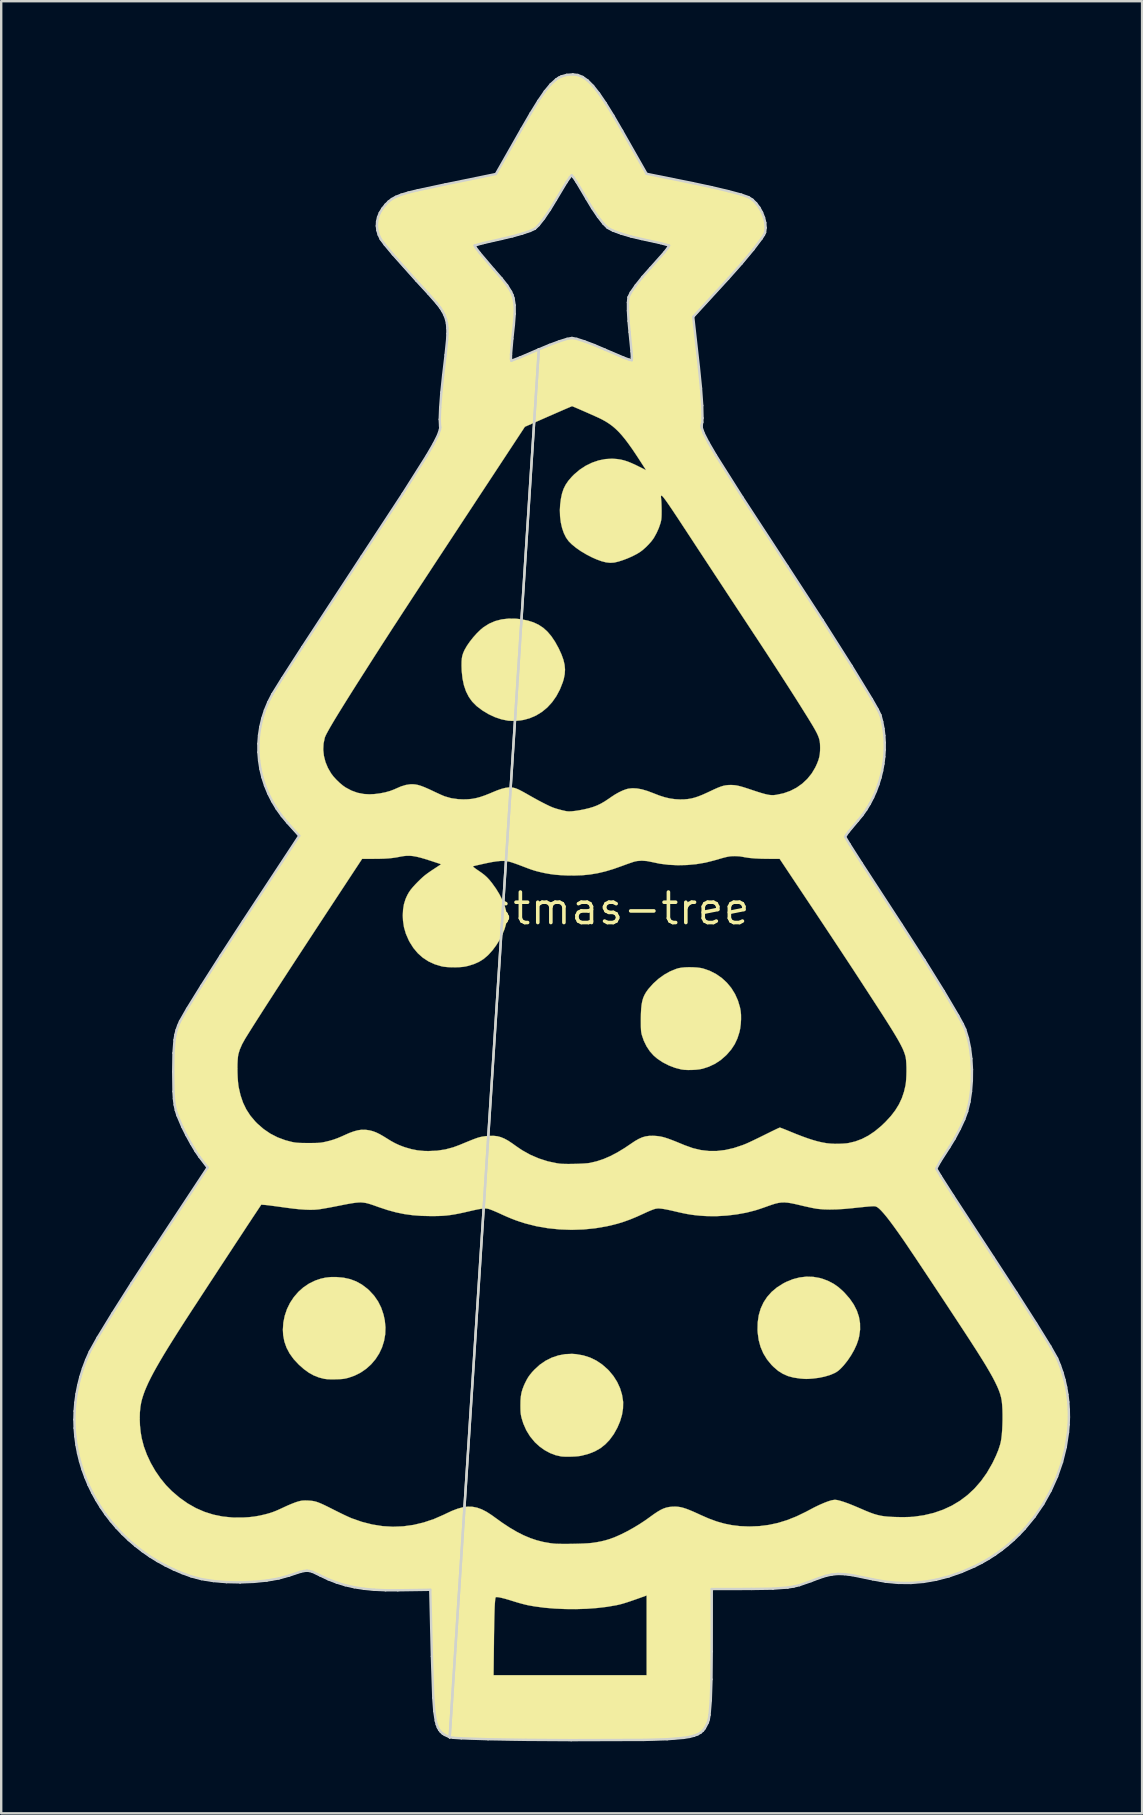
<source format=kicad_pcb>
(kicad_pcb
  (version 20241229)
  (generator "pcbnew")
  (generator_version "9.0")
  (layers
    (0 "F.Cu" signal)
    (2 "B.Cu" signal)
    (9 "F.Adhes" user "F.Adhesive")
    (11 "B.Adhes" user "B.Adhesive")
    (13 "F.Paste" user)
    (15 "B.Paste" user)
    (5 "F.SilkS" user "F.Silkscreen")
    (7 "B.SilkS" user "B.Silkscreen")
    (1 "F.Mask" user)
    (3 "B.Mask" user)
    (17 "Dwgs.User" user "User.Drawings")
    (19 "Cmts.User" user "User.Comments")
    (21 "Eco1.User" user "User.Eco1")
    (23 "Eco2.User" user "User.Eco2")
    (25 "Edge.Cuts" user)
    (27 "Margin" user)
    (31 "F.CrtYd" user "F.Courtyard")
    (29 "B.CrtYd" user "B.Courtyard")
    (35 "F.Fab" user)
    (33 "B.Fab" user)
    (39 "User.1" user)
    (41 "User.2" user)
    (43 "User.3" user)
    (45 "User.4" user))
  (footprint "christmas-tree"
    (layer "F.Cu")
    (at 20.93 34.809)
    (property "Reference" "christmas-tree" (at 0 0 0) (layer "F.SilkS") (effects (font (size 1.27 1.27) (thickness 0.15))))
    (attr through_hole)
    (fp_poly (pts (xy -9.959 15.352) (xy -9.662 15.379) (xy -9.389 15.439) (xy -9.137 15.534) (xy -8.9 15.666) (xy -8.676 15.836) (xy -8.593 15.911) (xy -8.393 16.128) (xy -8.228 16.366) (xy -8.097 16.627) (xy -8.001 16.911) (xy -7.948 17.153) (xy -7.919 17.447) (xy -7.929 17.735) (xy -7.978 18.015) (xy -8.062 18.283) (xy -8.181 18.536) (xy -8.332 18.771) (xy -8.512 18.984) (xy -8.72 19.172) (xy -8.954 19.333) (xy -9.212 19.462) (xy -9.464 19.549) (xy -9.555 19.572) (xy -9.64 19.589) (xy -9.731 19.6) (xy -9.841 19.607) (xy -9.98 19.612) (xy -9.991 19.612) (xy -10.189 19.614) (xy -10.348 19.607) (xy -10.468 19.592) (xy -10.47 19.592) (xy -10.696 19.534) (xy -10.909 19.45) (xy -11.115 19.335) (xy -11.32 19.186) (xy -11.53 19) (xy -11.531 18.999) (xy -11.742 18.773) (xy -11.912 18.539) (xy -12.041 18.295) (xy -12.131 18.039) (xy -12.181 17.771) (xy -12.193 17.544) (xy -12.174 17.248) (xy -12.115 16.961) (xy -12.022 16.686) (xy -11.895 16.427) (xy -11.737 16.188) (xy -11.551 15.971) (xy -11.339 15.782) (xy -11.103 15.623) (xy -10.846 15.498) (xy -10.827 15.491) (xy -10.619 15.421) (xy -10.417 15.376) (xy -10.207 15.353) (xy -9.975 15.352) (xy -9.959 15.352)) (stroke (width 0.01) (type solid)) (fill yes) (layer "F.SilkS"))
    (fp_poly (pts (xy -2.481 -12.08) (xy -2.254 -12.054) (xy -1.99 -12.002) (xy -1.753 -11.928) (xy -1.54 -11.828) (xy -1.346 -11.7) (xy -1.17 -11.541) (xy -1.007 -11.349) (xy -0.853 -11.12) (xy -0.705 -10.851) (xy -0.693 -10.827) (xy -0.583 -10.586) (xy -0.504 -10.366) (xy -0.456 -10.161) (xy -0.438 -9.964) (xy -0.45 -9.769) (xy -0.49 -9.569) (xy -0.529 -9.438) (xy -0.651 -9.129) (xy -0.801 -8.849) (xy -0.976 -8.6) (xy -1.176 -8.382) (xy -1.398 -8.198) (xy -1.642 -8.048) (xy -1.906 -7.934) (xy -2.159 -7.864) (xy -2.308 -7.84) (xy -2.475 -7.826) (xy -2.641 -7.822) (xy -2.79 -7.829) (xy -2.826 -7.834) (xy -3.09 -7.888) (xy -3.36 -7.979) (xy -3.626 -8.104) (xy -3.881 -8.258) (xy -4.118 -8.437) (xy -4.132 -8.45) (xy -4.304 -8.624) (xy -4.447 -8.823) (xy -4.562 -9.05) (xy -4.649 -9.305) (xy -4.709 -9.59) (xy -4.742 -9.906) (xy -4.749 -10.128) (xy -4.747 -10.291) (xy -4.737 -10.423) (xy -4.717 -10.535) (xy -4.684 -10.64) (xy -4.637 -10.749) (xy -4.62 -10.784) (xy -4.525 -10.95) (xy -4.403 -11.126) (xy -4.263 -11.303) (xy -4.114 -11.47) (xy -3.963 -11.617) (xy -3.833 -11.725) (xy -3.601 -11.871) (xy -3.35 -11.98) (xy -3.079 -12.051) (xy -2.79 -12.084) (xy -2.481 -12.08)) (stroke (width 0.01) (type solid)) (fill yes) (layer "F.SilkS"))
    (fp_poly (pts (xy 9.903 15.343) (xy 10.181 15.392) (xy 10.313 15.431) (xy 10.546 15.522) (xy 10.756 15.633) (xy 10.951 15.769) (xy 11.143 15.939) (xy 11.212 16.009) (xy 11.425 16.252) (xy 11.595 16.499) (xy 11.723 16.752) (xy 11.809 17.009) (xy 11.854 17.272) (xy 11.857 17.542) (xy 11.819 17.818) (xy 11.787 17.949) (xy 11.715 18.16) (xy 11.612 18.383) (xy 11.485 18.608) (xy 11.339 18.825) (xy 11.18 19.025) (xy 11.111 19.1) (xy 11.024 19.189) (xy 10.949 19.255) (xy 10.876 19.306) (xy 10.79 19.353) (xy 10.768 19.364) (xy 10.588 19.438) (xy 10.377 19.5) (xy 10.147 19.548) (xy 9.908 19.579) (xy 9.906 19.579) (xy 9.782 19.589) (xy 9.685 19.595) (xy 9.603 19.596) (xy 9.519 19.593) (xy 9.422 19.585) (xy 9.345 19.578) (xy 9.082 19.539) (xy 8.849 19.476) (xy 8.638 19.383) (xy 8.443 19.26) (xy 8.256 19.1) (xy 8.166 19.01) (xy 7.977 18.78) (xy 7.825 18.531) (xy 7.71 18.262) (xy 7.632 17.974) (xy 7.59 17.663) (xy 7.584 17.558) (xy 7.591 17.241) (xy 7.634 16.944) (xy 7.715 16.667) (xy 7.832 16.412) (xy 7.985 16.179) (xy 8.173 15.968) (xy 8.396 15.781) (xy 8.655 15.618) (xy 8.772 15.557) (xy 9.053 15.442) (xy 9.337 15.368) (xy 9.621 15.335) (xy 9.903 15.343)) (stroke (width 0.01) (type solid)) (fill yes) (layer "F.SilkS"))
    (fp_poly (pts (xy 0.019 18.563) (xy 0.321 18.615) (xy 0.602 18.704) (xy 0.865 18.831) (xy 1.111 18.996) (xy 1.343 19.2) (xy 1.392 19.25) (xy 1.581 19.478) (xy 1.737 19.725) (xy 1.857 19.987) (xy 1.939 20.259) (xy 1.982 20.536) (xy 1.984 20.569) (xy 1.979 20.824) (xy 1.937 21.089) (xy 1.858 21.358) (xy 1.745 21.625) (xy 1.6 21.885) (xy 1.582 21.913) (xy 1.417 22.138) (xy 1.235 22.327) (xy 1.034 22.485) (xy 0.808 22.613) (xy 0.554 22.714) (xy 0.269 22.79) (xy 0.192 22.806) (xy 0.098 22.818) (xy -0.026 22.828) (xy -0.166 22.834) (xy -0.31 22.836) (xy -0.445 22.835) (xy -0.557 22.829) (xy -0.603 22.824) (xy -0.831 22.773) (xy -1.061 22.685) (xy -1.285 22.564) (xy -1.496 22.414) (xy -1.688 22.239) (xy -1.694 22.232) (xy -1.891 21.995) (xy -2.051 21.736) (xy -2.175 21.455) (xy -2.238 21.254) (xy -2.26 21.169) (xy -2.275 21.093) (xy -2.285 21.015) (xy -2.291 20.925) (xy -2.294 20.811) (xy -2.295 20.701) (xy -2.292 20.5) (xy -2.278 20.329) (xy -2.253 20.177) (xy -2.212 20.032) (xy -2.155 19.882) (xy -2.108 19.778) (xy -2.039 19.64) (xy -1.972 19.525) (xy -1.898 19.421) (xy -1.809 19.313) (xy -1.705 19.202) (xy -1.486 19.002) (xy -1.245 18.837) (xy -0.987 18.708) (xy -0.715 18.617) (xy -0.433 18.564) (xy -0.146 18.552) (xy 0.019 18.563)) (stroke (width 0.01) (type solid)) (fill yes) (layer "F.SilkS"))
    (fp_poly (pts (xy 4.896 2.444) (xy 5.063 2.454) (xy 5.212 2.473) (xy 5.313 2.494) (xy 5.596 2.592) (xy 5.858 2.726) (xy 6.096 2.892) (xy 6.308 3.088) (xy 6.493 3.311) (xy 6.646 3.559) (xy 6.767 3.829) (xy 6.853 4.118) (xy 6.88 4.261) (xy 6.896 4.424) (xy 6.897 4.611) (xy 6.885 4.808) (xy 6.861 4.998) (xy 6.83 5.146) (xy 6.745 5.41) (xy 6.633 5.648) (xy 6.489 5.868) (xy 6.307 6.079) (xy 6.278 6.109) (xy 6.056 6.304) (xy 5.816 6.463) (xy 5.554 6.587) (xy 5.295 6.671) (xy 5.17 6.695) (xy 5.018 6.713) (xy 4.851 6.722) (xy 4.684 6.724) (xy 4.531 6.717) (xy 4.41 6.701) (xy 4.146 6.633) (xy 3.885 6.533) (xy 3.638 6.406) (xy 3.413 6.256) (xy 3.262 6.129) (xy 3.1 5.949) (xy 2.96 5.739) (xy 2.845 5.504) (xy 2.769 5.281) (xy 2.753 5.222) (xy 2.742 5.166) (xy 2.733 5.105) (xy 2.728 5.033) (xy 2.724 4.942) (xy 2.723 4.824) (xy 2.722 4.674) (xy 2.722 4.625) (xy 2.725 4.385) (xy 2.735 4.181) (xy 2.753 4.007) (xy 2.781 3.857) (xy 2.819 3.724) (xy 2.871 3.603) (xy 2.937 3.488) (xy 3.019 3.372) (xy 3.046 3.338) (xy 3.24 3.121) (xy 3.456 2.926) (xy 3.689 2.757) (xy 3.932 2.62) (xy 4.179 2.517) (xy 4.286 2.484) (xy 4.406 2.462) (xy 4.556 2.447) (xy 4.723 2.441) (xy 4.896 2.444)) (stroke (width 0.01) (type solid)) (fill yes) (layer "F.SilkS"))
    (fp_poly (pts (xy -0.032 -34.749) (xy 0.116 -34.726) (xy 0.252 -34.677) (xy 0.386 -34.598) (xy 0.526 -34.486) (xy 0.57 -34.447) (xy 0.645 -34.375) (xy 0.72 -34.296) (xy 0.797 -34.207) (xy 0.878 -34.108) (xy 0.963 -33.996) (xy 1.054 -33.868) (xy 1.152 -33.722) (xy 1.259 -33.557) (xy 1.376 -33.37) (xy 1.505 -33.159) (xy 1.646 -32.923) (xy 1.802 -32.658) (xy 1.973 -32.363) (xy 2.161 -32.035) (xy 2.368 -31.673) (xy 2.433 -31.557) (xy 2.969 -30.613) (xy 4.046 -30.396) (xy 4.526 -30.299) (xy 4.964 -30.208) (xy 5.363 -30.124) (xy 5.721 -30.045) (xy 6.042 -29.973) (xy 6.324 -29.906) (xy 6.569 -29.844) (xy 6.778 -29.788) (xy 6.952 -29.737) (xy 7.09 -29.691) (xy 7.195 -29.65) (xy 7.258 -29.619) (xy 7.413 -29.506) (xy 7.555 -29.359) (xy 7.679 -29.185) (xy 7.782 -28.991) (xy 7.859 -28.785) (xy 7.908 -28.574) (xy 7.924 -28.374) (xy 7.922 -28.289) (xy 7.914 -28.216) (xy 7.897 -28.147) (xy 7.868 -28.077) (xy 7.823 -27.998) (xy 7.761 -27.904) (xy 7.677 -27.788) (xy 7.608 -27.695) (xy 7.518 -27.577) (xy 7.429 -27.462) (xy 7.338 -27.347) (xy 7.242 -27.229) (xy 7.14 -27.106) (xy 7.028 -26.974) (xy 6.905 -26.832) (xy 6.768 -26.677) (xy 6.615 -26.505) (xy 6.443 -26.314) (xy 6.25 -26.101) (xy 6.033 -25.864) (xy 5.791 -25.599) (xy 5.703 -25.503) (xy 4.914 -24.643) (xy 5.059 -23.344) (xy 5.096 -23.01) (xy 5.129 -22.714) (xy 5.158 -22.453) (xy 5.182 -22.223) (xy 5.204 -22.021) (xy 5.221 -21.842) (xy 5.236 -21.684) (xy 5.248 -21.542) (xy 5.258 -21.413) (xy 5.265 -21.293) (xy 5.271 -21.179) (xy 5.275 -21.067) (xy 5.278 -20.953) (xy 5.28 -20.834) (xy 5.281 -20.706) (xy 5.282 -20.602) (xy 5.286 -19.943) (xy 5.412 -19.682) (xy 5.457 -19.592) (xy 5.507 -19.495) (xy 5.565 -19.388) (xy 5.63 -19.271) (xy 5.705 -19.142) (xy 5.789 -18.999) (xy 5.884 -18.842) (xy 5.991 -18.667) (xy 6.11 -18.475) (xy 6.243 -18.264) (xy 6.39 -18.031) (xy 6.553 -17.776) (xy 6.731 -17.497) (xy 6.927 -17.193) (xy 7.142 -16.863) (xy 7.375 -16.504) (xy 7.628 -16.115) (xy 7.902 -15.695) (xy 8.198 -15.243) (xy 8.442 -14.87) (xy 8.878 -14.203) (xy 9.29 -13.571) (xy 9.679 -12.973) (xy 10.044 -12.409) (xy 10.385 -11.879) (xy 10.704 -11.382) (xy 10.999 -10.919) (xy 11.272 -10.488) (xy 11.522 -10.09) (xy 11.75 -9.724) (xy 11.955 -9.39) (xy 12.139 -9.088) (xy 12.3 -8.818) (xy 12.44 -8.578) (xy 12.558 -8.369) (xy 12.571 -8.347) (xy 12.633 -8.227) (xy 12.685 -8.111) (xy 12.728 -7.99) (xy 12.767 -7.854) (xy 12.803 -7.694) (xy 12.84 -7.504) (xy 12.857 -7.379) (xy 12.869 -7.221) (xy 12.877 -7.04) (xy 12.881 -6.846) (xy 12.88 -6.648) (xy 12.875 -6.455) (xy 12.866 -6.277) (xy 12.852 -6.124) (xy 12.841 -6.043) (xy 12.772 -5.685) (xy 12.688 -5.355) (xy 12.585 -5.044) (xy 12.46 -4.738) (xy 12.353 -4.514) (xy 12.229 -4.285) (xy 12.091 -4.066) (xy 11.933 -3.847) (xy 11.766 -3.642) (xy 11.628 -3.477) (xy 11.516 -3.343) (xy 11.428 -3.234) (xy 11.36 -3.15) (xy 11.313 -3.087) (xy 11.282 -3.042) (xy 11.281 -3.04) (xy 11.263 -3.008) (xy 11.257 -2.981) (xy 11.266 -2.949) (xy 11.292 -2.899) (xy 11.329 -2.839) (xy 11.399 -2.725) (xy 11.485 -2.588) (xy 11.588 -2.426) (xy 11.708 -2.237) (xy 11.846 -2.022) (xy 12.003 -1.778) (xy 12.179 -1.505) (xy 12.376 -1.201) (xy 12.593 -0.867) (xy 12.832 -0.499) (xy 13.093 -0.098) (xy 13.268 0.169) (xy 13.64 0.741) (xy 13.987 1.279) (xy 14.31 1.782) (xy 14.609 2.251) (xy 14.883 2.686) (xy 15.132 3.087) (xy 15.357 3.453) (xy 15.558 3.785) (xy 15.734 4.083) (xy 15.887 4.348) (xy 16.014 4.578) (xy 16.118 4.774) (xy 16.198 4.937) (xy 16.253 5.066) (xy 16.264 5.096) (xy 16.355 5.395) (xy 16.426 5.725) (xy 16.479 6.079) (xy 16.511 6.448) (xy 16.524 6.826) (xy 16.517 7.206) (xy 16.488 7.58) (xy 16.44 7.941) (xy 16.391 8.191) (xy 16.327 8.434) (xy 16.245 8.682) (xy 16.14 8.938) (xy 16.012 9.208) (xy 15.859 9.495) (xy 15.678 9.802) (xy 15.473 10.128) (xy 15.344 10.328) (xy 15.239 10.495) (xy 15.158 10.629) (xy 15.099 10.73) (xy 15.064 10.8) (xy 15.05 10.84) (xy 15.05 10.843) (xy 15.061 10.871) (xy 15.096 10.934) (xy 15.154 11.032) (xy 15.235 11.163) (xy 15.338 11.328) (xy 15.464 11.526) (xy 15.612 11.756) (xy 15.781 12.019) (xy 15.972 12.315) (xy 16.184 12.641) (xy 16.417 12.999) (xy 16.67 13.388) (xy 16.945 13.807) (xy 17.177 14.161) (xy 17.484 14.63) (xy 17.778 15.081) (xy 18.058 15.511) (xy 18.323 15.92) (xy 18.572 16.306) (xy 18.804 16.669) (xy 19.02 17.007) (xy 19.217 17.318) (xy 19.396 17.603) (xy 19.556 17.859) (xy 19.695 18.086) (xy 19.814 18.282) (xy 19.911 18.447) (xy 19.986 18.578) (xy 20.034 18.668) (xy 20.114 18.843) (xy 20.195 19.05) (xy 20.273 19.277) (xy 20.345 19.516) (xy 20.407 19.754) (xy 20.446 19.932) (xy 20.491 20.195) (xy 20.524 20.486) (xy 20.547 20.791) (xy 20.558 21.098) (xy 20.557 21.396) (xy 20.543 21.671) (xy 20.533 21.78) (xy 20.451 22.336) (xy 20.331 22.876) (xy 20.17 23.402) (xy 19.97 23.912) (xy 19.731 24.407) (xy 19.453 24.886) (xy 19.135 25.349) (xy 18.974 25.559) (xy 18.863 25.691) (xy 18.727 25.842) (xy 18.573 26.002) (xy 18.411 26.165) (xy 18.247 26.323) (xy 18.089 26.468) (xy 17.945 26.593) (xy 17.865 26.658) (xy 17.482 26.936) (xy 17.094 27.179) (xy 16.689 27.394) (xy 16.492 27.486) (xy 16.018 27.684) (xy 15.555 27.842) (xy 15.099 27.964) (xy 14.646 28.048) (xy 14.191 28.098) (xy 13.773 28.112) (xy 13.585 28.111) (xy 13.413 28.106) (xy 13.25 28.097) (xy 13.089 28.083) (xy 12.923 28.062) (xy 12.744 28.034) (xy 12.545 27.997) (xy 12.318 27.952) (xy 12.107 27.908) (xy 11.888 27.862) (xy 11.703 27.826) (xy 11.546 27.797) (xy 11.412 27.777) (xy 11.292 27.763) (xy 11.182 27.755) (xy 11.074 27.752) (xy 10.963 27.754) (xy 10.922 27.755) (xy 10.815 27.76) (xy 10.719 27.768) (xy 10.628 27.78) (xy 10.537 27.798) (xy 10.438 27.823) (xy 10.325 27.857) (xy 10.192 27.902) (xy 10.032 27.959) (xy 9.85 28.027) (xy 9.608 28.114) (xy 9.394 28.183) (xy 9.199 28.238) (xy 9.015 28.28) (xy 8.831 28.311) (xy 8.752 28.322) (xy 8.689 28.328) (xy 8.585 28.333) (xy 8.443 28.338) (xy 8.265 28.342) (xy 8.053 28.346) (xy 7.809 28.35) (xy 7.535 28.353) (xy 7.234 28.356) (xy 7.131 28.357) (xy 5.701 28.367) (xy 5.687 30.392) (xy 5.684 30.805) (xy 5.681 31.179) (xy 5.677 31.515) (xy 5.673 31.817) (xy 5.669 32.088) (xy 5.664 32.329) (xy 5.659 32.544) (xy 5.653 32.735) (xy 5.646 32.906) (xy 5.639 33.058) (xy 5.63 33.194) (xy 5.621 33.317) (xy 5.61 33.43) (xy 5.599 33.536) (xy 5.598 33.544) (xy 5.573 33.715) (xy 5.541 33.855) (xy 5.498 33.976) (xy 5.441 34.088) (xy 5.395 34.161) (xy 5.339 34.237) (xy 5.274 34.304) (xy 5.198 34.363) (xy 5.108 34.415) (xy 5.002 34.46) (xy 4.877 34.499) (xy 4.73 34.533) (xy 4.558 34.561) (xy 4.359 34.584) (xy 4.131 34.604) (xy 3.869 34.62) (xy 3.573 34.634) (xy 3.238 34.645) (xy 3.027 34.65) (xy 2.837 34.654) (xy 2.61 34.657) (xy 2.348 34.66) (xy 2.057 34.662) (xy 1.739 34.664) (xy 1.4 34.665) (xy 1.043 34.666) (xy 0.672 34.666) (xy 0.292 34.666) (xy -0.093 34.665) (xy -0.48 34.664) (xy -0.863 34.662) (xy -1.24 34.66) (xy -1.606 34.657) (xy -1.956 34.654) (xy -2.287 34.65) (xy -2.443 34.648) (xy -2.762 34.643) (xy -3.075 34.638) (xy -3.381 34.631) (xy -3.674 34.624) (xy -3.952 34.617) (xy -4.21 34.609) (xy -4.444 34.6) (xy -4.651 34.592) (xy -4.828 34.584) (xy -4.97 34.575) (xy -5.074 34.567) (xy -5.081 34.566) (xy -5.222 34.543) (xy -5.345 34.502) (xy -5.384 34.484) (xy -5.469 34.438) (xy -5.544 34.386) (xy -5.611 34.326) (xy -5.67 34.255) (xy -5.722 34.17) (xy -5.767 34.07) (xy -5.806 33.951) (xy -5.839 33.81) (xy -5.867 33.645) (xy -5.891 33.454) (xy -5.912 33.233) (xy -5.929 32.981) (xy -5.944 32.694) (xy -5.957 32.37) (xy -5.969 32.015) (xy -5.971 31.941) (xy -3.415 31.941) (xy 2.963 31.941) (xy 2.963 28.619) (xy 2.693 28.716) (xy 2.484 28.79) (xy 2.307 28.851) (xy 2.158 28.901) (xy 2.03 28.941) (xy 1.917 28.974) (xy 1.813 29) (xy 1.712 29.023) (xy 1.685 29.028) (xy 1.305 29.093) (xy 0.896 29.141) (xy 0.465 29.173) (xy 0.022 29.187) (xy -0.425 29.184) (xy -0.867 29.165) (xy -1.295 29.129) (xy -1.7 29.075) (xy -1.963 29.029) (xy -2.074 29.004) (xy -2.212 28.969) (xy -2.362 28.928) (xy -2.51 28.884) (xy -2.584 28.861) (xy -2.78 28.8) (xy -2.95 28.751) (xy -3.092 28.716) (xy -3.203 28.693) (xy -3.28 28.685) (xy -3.321 28.691) (xy -3.323 28.694) (xy -3.334 28.717) (xy -3.344 28.766) (xy -3.352 28.843) (xy -3.36 28.948) (xy -3.368 29.085) (xy -3.374 29.253) (xy -3.38 29.456) (xy -3.386 29.695) (xy -3.391 29.971) (xy -3.396 30.286) (xy -3.399 30.602) (xy -3.415 31.941) (xy -5.971 31.941) (xy -5.974 31.83) (xy -5.98 31.623) (xy -5.986 31.397) (xy -5.993 31.157) (xy -6 30.907) (xy -6.006 30.65) (xy -6.013 30.391) (xy -6.019 30.135) (xy -6.026 29.884) (xy -6.031 29.643) (xy -6.037 29.416) (xy -6.042 29.208) (xy -6.046 29.022) (xy -6.049 28.862) (xy -6.052 28.733) (xy -6.053 28.638) (xy -6.054 28.585) (xy -6.054 28.407) (xy -7.191 28.411) (xy -7.452 28.412) (xy -7.676 28.413) (xy -7.865 28.412) (xy -8.026 28.411) (xy -8.162 28.409) (xy -8.277 28.406) (xy -8.377 28.402) (xy -8.465 28.396) (xy -8.547 28.39) (xy -8.625 28.382) (xy -8.651 28.379) (xy -9.038 28.325) (xy -9.395 28.256) (xy -9.73 28.17) (xy -10.054 28.062) (xy -10.376 27.931) (xy -10.649 27.801) (xy -10.758 27.749) (xy -10.866 27.7) (xy -10.961 27.66) (xy -11.032 27.634) (xy -11.039 27.632) (xy -11.108 27.616) (xy -11.178 27.61) (xy -11.256 27.614) (xy -11.349 27.63) (xy -11.463 27.659) (xy -11.604 27.702) (xy -11.751 27.75) (xy -12.011 27.832) (xy -12.257 27.901) (xy -12.496 27.956) (xy -12.737 28) (xy -12.988 28.033) (xy -13.257 28.057) (xy -13.553 28.073) (xy -13.844 28.082) (xy -14.287 28.084) (xy -14.694 28.069) (xy -15.07 28.036) (xy -15.417 27.987) (xy -15.741 27.919) (xy -16.044 27.832) (xy -16.171 27.789) (xy -16.679 27.583) (xy -17.17 27.342) (xy -17.64 27.068) (xy -18.085 26.762) (xy -18.504 26.428) (xy -18.87 26.088) (xy -19.235 25.694) (xy -19.565 25.28) (xy -19.859 24.847) (xy -20.116 24.398) (xy -20.338 23.934) (xy -20.522 23.458) (xy -20.669 22.971) (xy -20.778 22.476) (xy -20.849 21.976) (xy -20.882 21.47) (xy -20.879 21.261) (xy -18.158 21.261) (xy -18.148 21.535) (xy -18.12 21.809) (xy -18.076 22.067) (xy -17.987 22.408) (xy -17.86 22.752) (xy -17.701 23.093) (xy -17.512 23.423) (xy -17.297 23.736) (xy -17.062 24.024) (xy -16.823 24.268) (xy -16.498 24.545) (xy -16.163 24.782) (xy -15.818 24.978) (xy -15.46 25.134) (xy -15.088 25.251) (xy -14.701 25.33) (xy -14.296 25.37) (xy -13.874 25.372) (xy -13.864 25.372) (xy -13.611 25.357) (xy -13.383 25.331) (xy -13.164 25.293) (xy -12.936 25.24) (xy -12.901 25.231) (xy -12.789 25.2) (xy -12.69 25.17) (xy -12.595 25.137) (xy -12.495 25.098) (xy -12.383 25.05) (xy -12.249 24.989) (xy -12.095 24.917) (xy -11.97 24.86) (xy -11.84 24.806) (xy -11.717 24.757) (xy -11.615 24.721) (xy -11.58 24.71) (xy -11.485 24.685) (xy -11.408 24.669) (xy -11.332 24.662) (xy -11.243 24.661) (xy -11.147 24.664) (xy -11.053 24.67) (xy -10.967 24.679) (xy -10.885 24.693) (xy -10.8 24.715) (xy -10.708 24.747) (xy -10.603 24.79) (xy -10.479 24.846) (xy -10.331 24.918) (xy -10.154 25.007) (xy -10.083 25.043) (xy -9.931 25.119) (xy -9.78 25.194) (xy -9.637 25.263) (xy -9.509 25.323) (xy -9.404 25.37) (xy -9.336 25.4) (xy -8.901 25.552) (xy -8.468 25.662) (xy -8.037 25.73) (xy -7.607 25.755) (xy -7.179 25.738) (xy -6.751 25.679) (xy -6.325 25.577) (xy -5.899 25.434) (xy -5.474 25.248) (xy -5.416 25.219) (xy -5.154 25.096) (xy -4.916 25.005) (xy -4.697 24.945) (xy -4.492 24.918) (xy -4.295 24.923) (xy -4.101 24.961) (xy -3.906 25.031) (xy -3.704 25.135) (xy -3.491 25.273) (xy -3.382 25.352) (xy -3.054 25.588) (xy -2.746 25.791) (xy -2.452 25.964) (xy -2.17 26.108) (xy -1.892 26.226) (xy -1.617 26.319) (xy -1.337 26.39) (xy -1.05 26.44) (xy -0.91 26.457) (xy -0.817 26.464) (xy -0.69 26.468) (xy -0.535 26.471) (xy -0.363 26.471) (xy -0.179 26.469) (xy 0.008 26.465) (xy 0.19 26.46) (xy 0.359 26.453) (xy 0.508 26.445) (xy 0.629 26.435) (xy 0.688 26.429) (xy 0.893 26.398) (xy 1.071 26.364) (xy 1.236 26.324) (xy 1.403 26.274) (xy 1.46 26.255) (xy 1.672 26.174) (xy 1.906 26.069) (xy 2.154 25.944) (xy 2.408 25.803) (xy 2.66 25.651) (xy 2.9 25.493) (xy 3.088 25.359) (xy 3.263 25.232) (xy 3.413 25.132) (xy 3.546 25.054) (xy 3.666 24.997) (xy 3.781 24.958) (xy 3.897 24.933) (xy 4.02 24.92) (xy 4.043 24.919) (xy 4.153 24.916) (xy 4.258 24.922) (xy 4.365 24.937) (xy 4.478 24.964) (xy 4.604 25.004) (xy 4.748 25.059) (xy 4.915 25.129) (xy 5.112 25.218) (xy 5.206 25.262) (xy 5.555 25.415) (xy 5.885 25.536) (xy 6.207 25.627) (xy 6.528 25.691) (xy 6.855 25.73) (xy 7.199 25.744) (xy 7.26 25.745) (xy 7.658 25.729) (xy 8.046 25.68) (xy 8.43 25.598) (xy 8.813 25.48) (xy 9.202 25.326) (xy 9.599 25.134) (xy 9.716 25.072) (xy 9.944 24.951) (xy 10.157 24.848) (xy 10.35 24.764) (xy 10.52 24.699) (xy 10.663 24.655) (xy 10.777 24.635) (xy 10.816 24.633) (xy 10.907 24.644) (xy 11.031 24.675) (xy 11.186 24.723) (xy 11.37 24.789) (xy 11.578 24.872) (xy 11.808 24.969) (xy 11.864 24.993) (xy 12.076 25.085) (xy 12.258 25.159) (xy 12.42 25.218) (xy 12.57 25.262) (xy 12.715 25.296) (xy 12.865 25.319) (xy 13.027 25.335) (xy 13.211 25.346) (xy 13.377 25.351) (xy 13.582 25.355) (xy 13.773 25.353) (xy 13.942 25.348) (xy 14.078 25.339) (xy 14.083 25.339) (xy 14.515 25.277) (xy 14.924 25.18) (xy 15.312 25.046) (xy 15.676 24.878) (xy 16.017 24.674) (xy 16.334 24.435) (xy 16.627 24.161) (xy 16.895 23.853) (xy 17.139 23.511) (xy 17.357 23.134) (xy 17.398 23.054) (xy 17.523 22.79) (xy 17.62 22.553) (xy 17.69 22.338) (xy 17.718 22.227) (xy 17.742 22.089) (xy 17.762 21.919) (xy 17.777 21.724) (xy 17.787 21.512) (xy 17.793 21.294) (xy 17.793 21.077) (xy 17.788 20.87) (xy 17.777 20.682) (xy 17.761 20.522) (xy 17.756 20.489) (xy 17.731 20.36) (xy 17.693 20.223) (xy 17.64 20.073) (xy 17.571 19.909) (xy 17.485 19.729) (xy 17.381 19.528) (xy 17.256 19.306) (xy 17.111 19.058) (xy 16.942 18.783) (xy 16.75 18.478) (xy 16.69 18.383) (xy 16.582 18.216) (xy 16.455 18.019) (xy 16.311 17.798) (xy 16.153 17.556) (xy 15.982 17.296) (xy 15.802 17.021) (xy 15.614 16.736) (xy 15.422 16.444) (xy 15.227 16.149) (xy 15.031 15.854) (xy 14.838 15.562) (xy 14.649 15.278) (xy 14.467 15.004) (xy 14.295 14.746) (xy 14.134 14.505) (xy 13.986 14.286) (xy 13.856 14.092) (xy 13.744 13.927) (xy 13.665 13.811) (xy 13.461 13.519) (xy 13.278 13.263) (xy 13.115 13.043) (xy 12.971 12.856) (xy 12.844 12.703) (xy 12.736 12.583) (xy 12.644 12.494) (xy 12.568 12.437) (xy 12.509 12.41) (xy 12.48 12.404) (xy 12.439 12.401) (xy 12.385 12.401) (xy 12.312 12.405) (xy 12.217 12.412) (xy 12.095 12.423) (xy 11.944 12.438) (xy 11.758 12.457) (xy 11.536 12.481) (xy 11.194 12.513) (xy 10.876 12.532) (xy 10.584 12.538) (xy 10.324 12.531) (xy 10.098 12.511) (xy 10.034 12.502) (xy 9.943 12.486) (xy 9.821 12.462) (xy 9.68 12.431) (xy 9.53 12.398) (xy 9.382 12.363) (xy 9.371 12.36) (xy 9.164 12.312) (xy 8.99 12.276) (xy 8.841 12.252) (xy 8.709 12.242) (xy 8.586 12.244) (xy 8.464 12.26) (xy 8.336 12.289) (xy 8.193 12.333) (xy 8.028 12.39) (xy 7.98 12.408) (xy 7.855 12.452) (xy 7.722 12.498) (xy 7.598 12.539) (xy 7.497 12.571) (xy 7.493 12.572) (xy 7.122 12.667) (xy 6.726 12.739) (xy 6.316 12.789) (xy 5.903 12.813) (xy 5.499 12.812) (xy 5.37 12.806) (xy 5.176 12.793) (xy 5.003 12.776) (xy 4.838 12.755) (xy 4.672 12.728) (xy 4.492 12.693) (xy 4.287 12.648) (xy 4.181 12.623) (xy 3.984 12.577) (xy 3.822 12.543) (xy 3.69 12.518) (xy 3.582 12.502) (xy 3.494 12.495) (xy 3.42 12.495) (xy 3.354 12.502) (xy 3.332 12.506) (xy 3.274 12.523) (xy 3.186 12.555) (xy 3.078 12.599) (xy 2.959 12.651) (xy 2.86 12.697) (xy 2.56 12.834) (xy 2.283 12.949) (xy 2.017 13.045) (xy 1.753 13.127) (xy 1.479 13.197) (xy 1.3 13.237) (xy 0.821 13.319) (xy 0.33 13.368) (xy -0.167 13.384) (xy -0.664 13.366) (xy -1.153 13.316) (xy -1.628 13.234) (xy -2.082 13.119) (xy -2.117 13.109) (xy -2.307 13.049) (xy -2.484 12.988) (xy -2.658 12.921) (xy -2.842 12.845) (xy -3.047 12.754) (xy -3.143 12.709) (xy -3.269 12.652) (xy -3.389 12.601) (xy -3.496 12.557) (xy -3.582 12.525) (xy -3.638 12.508) (xy -3.638 12.508) (xy -3.704 12.497) (xy -3.773 12.493) (xy -3.854 12.497) (xy -3.951 12.51) (xy -4.071 12.531) (xy -4.219 12.562) (xy -4.403 12.604) (xy -4.645 12.66) (xy -4.855 12.705) (xy -5.04 12.74) (xy -5.21 12.767) (xy -5.373 12.787) (xy -5.537 12.8) (xy -5.71 12.807) (xy -5.901 12.811) (xy -6.022 12.811) (xy -6.416 12.802) (xy -6.782 12.775) (xy -7.132 12.727) (xy -7.477 12.656) (xy -7.829 12.56) (xy -8.197 12.438) (xy -8.234 12.425) (xy -8.384 12.371) (xy -8.513 12.327) (xy -8.626 12.292) (xy -8.73 12.266) (xy -8.829 12.25) (xy -8.93 12.242) (xy -9.037 12.243) (xy -9.157 12.254) (xy -9.294 12.273) (xy -9.455 12.3) (xy -9.645 12.336) (xy -9.869 12.381) (xy -9.932 12.393) (xy -10.095 12.425) (xy -10.257 12.456) (xy -10.41 12.483) (xy -10.544 12.506) (xy -10.652 12.524) (xy -10.718 12.533) (xy -10.882 12.546) (xy -11.063 12.55) (xy -11.266 12.543) (xy -11.496 12.527) (xy -11.757 12.5) (xy -12.052 12.462) (xy -12.16 12.447) (xy -12.326 12.424) (xy -12.486 12.402) (xy -12.633 12.383) (xy -12.761 12.366) (xy -12.862 12.354) (xy -12.929 12.347) (xy -12.934 12.347) (xy -13.094 12.335) (xy -13.366 12.745) (xy -13.456 12.88) (xy -13.564 13.045) (xy -13.69 13.234) (xy -13.829 13.447) (xy -13.981 13.678) (xy -14.144 13.925) (xy -14.314 14.184) (xy -14.49 14.453) (xy -14.67 14.727) (xy -14.852 15.004) (xy -15.032 15.28) (xy -15.21 15.551) (xy -15.383 15.816) (xy -15.549 16.069) (xy -15.705 16.309) (xy -15.85 16.531) (xy -15.982 16.732) (xy -16.097 16.909) (xy -16.194 17.059) (xy -16.272 17.178) (xy -16.298 17.219) (xy -16.547 17.608) (xy -16.772 17.965) (xy -16.976 18.291) (xy -17.158 18.59) (xy -17.32 18.864) (xy -17.464 19.114) (xy -17.591 19.344) (xy -17.701 19.555) (xy -17.797 19.749) (xy -17.878 19.929) (xy -17.948 20.097) (xy -18.005 20.255) (xy -18.053 20.406) (xy -18.088 20.535) (xy -18.129 20.751) (xy -18.152 20.996) (xy -18.158 21.261) (xy -20.879 21.261) (xy -20.876 20.963) (xy -20.83 20.456) (xy -20.744 19.951) (xy -20.618 19.45) (xy -20.452 18.955) (xy -20.331 18.658) (xy -20.275 18.538) (xy -20.205 18.398) (xy -20.12 18.237) (xy -20.019 18.055) (xy -19.901 17.851) (xy -19.766 17.623) (xy -19.614 17.37) (xy -19.443 17.092) (xy -19.253 16.788) (xy -19.045 16.457) (xy -18.816 16.097) (xy -18.566 15.709) (xy -18.295 15.29) (xy -18.002 14.839) (xy -17.687 14.357) (xy -17.349 13.842) (xy -17.064 13.409) (xy -16.903 13.164) (xy -16.74 12.918) (xy -16.58 12.675) (xy -16.424 12.438) (xy -16.275 12.212) (xy -16.135 12) (xy -16.007 11.806) (xy -15.894 11.635) (xy -15.799 11.489) (xy -15.723 11.374) (xy -15.701 11.341) (xy -15.343 10.797) (xy -15.551 10.523) (xy -15.671 10.361) (xy -15.778 10.208) (xy -15.877 10.055) (xy -15.974 9.895) (xy -16.073 9.718) (xy -16.179 9.518) (xy -16.278 9.324) (xy -16.395 9.085) (xy -16.491 8.874) (xy -16.568 8.685) (xy -16.628 8.512) (xy -16.674 8.349) (xy -16.709 8.188) (xy -16.717 8.145) (xy -16.726 8.062) (xy -16.735 7.942) (xy -16.742 7.792) (xy -16.748 7.615) (xy -16.752 7.417) (xy -16.755 7.205) (xy -16.757 6.983) (xy -16.757 6.757) (xy -16.756 6.655) (xy -14.087 6.655) (xy -14.084 6.842) (xy -14.077 7.028) (xy -14.065 7.202) (xy -14.048 7.357) (xy -14.036 7.438) (xy -13.959 7.774) (xy -13.855 8.081) (xy -13.72 8.362) (xy -13.552 8.622) (xy -13.35 8.863) (xy -13.258 8.957) (xy -12.996 9.185) (xy -12.715 9.376) (xy -12.414 9.531) (xy -12.09 9.651) (xy -11.826 9.72) (xy -11.747 9.736) (xy -11.673 9.748) (xy -11.595 9.756) (xy -11.504 9.762) (xy -11.394 9.765) (xy -11.255 9.767) (xy -11.134 9.767) (xy -10.971 9.767) (xy -10.843 9.765) (xy -10.74 9.762) (xy -10.656 9.756) (xy -10.581 9.747) (xy -10.507 9.734) (xy -10.435 9.719) (xy -10.252 9.675) (xy -10.086 9.626) (xy -9.922 9.567) (xy -9.745 9.493) (xy -9.631 9.441) (xy -9.423 9.349) (xy -9.241 9.283) (xy -9.08 9.239) (xy -8.931 9.216) (xy -8.788 9.214) (xy -8.721 9.219) (xy -8.58 9.24) (xy -8.446 9.274) (xy -8.309 9.325) (xy -8.162 9.396) (xy -7.997 9.491) (xy -7.874 9.567) (xy -7.69 9.681) (xy -7.524 9.772) (xy -7.364 9.847) (xy -7.196 9.913) (xy -7.092 9.949) (xy -6.833 10.023) (xy -6.584 10.072) (xy -6.329 10.097) (xy -6.128 10.102) (xy -5.768 10.086) (xy -5.426 10.034) (xy -5.093 9.945) (xy -4.837 9.85) (xy -4.649 9.772) (xy -4.496 9.709) (xy -4.372 9.659) (xy -4.272 9.619) (xy -4.191 9.589) (xy -4.126 9.565) (xy -4.069 9.546) (xy -4.018 9.531) (xy -3.982 9.521) (xy -3.877 9.499) (xy -3.748 9.481) (xy -3.615 9.469) (xy -3.588 9.468) (xy -3.417 9.467) (xy -3.261 9.484) (xy -3.113 9.522) (xy -2.965 9.583) (xy -2.807 9.669) (xy -2.632 9.785) (xy -2.593 9.813) (xy -2.491 9.886) (xy -2.385 9.959) (xy -2.289 10.024) (xy -2.216 10.072) (xy -1.882 10.258) (xy -1.525 10.411) (xy -1.155 10.53) (xy -0.778 10.609) (xy -0.663 10.626) (xy -0.569 10.634) (xy -0.443 10.638) (xy -0.293 10.64) (xy -0.13 10.638) (xy 0.038 10.635) (xy 0.203 10.628) (xy 0.354 10.62) (xy 0.483 10.61) (xy 0.581 10.598) (xy 0.598 10.595) (xy 0.878 10.53) (xy 1.159 10.437) (xy 1.444 10.315) (xy 1.738 10.162) (xy 2.046 9.975) (xy 2.301 9.803) (xy 2.477 9.685) (xy 2.633 9.596) (xy 2.776 9.532) (xy 2.916 9.491) (xy 3.06 9.47) (xy 3.217 9.466) (xy 3.281 9.468) (xy 3.375 9.474) (xy 3.464 9.484) (xy 3.551 9.498) (xy 3.642 9.518) (xy 3.742 9.546) (xy 3.855 9.583) (xy 3.988 9.632) (xy 4.143 9.692) (xy 4.327 9.767) (xy 4.545 9.857) (xy 4.561 9.863) (xy 4.893 9.982) (xy 5.224 10.06) (xy 5.558 10.099) (xy 5.896 10.098) (xy 6.24 10.057) (xy 6.594 9.976) (xy 6.958 9.855) (xy 7.071 9.811) (xy 7.148 9.778) (xy 7.255 9.729) (xy 7.387 9.667) (xy 7.534 9.596) (xy 7.691 9.52) (xy 7.851 9.441) (xy 7.891 9.421) (xy 8.039 9.348) (xy 8.174 9.281) (xy 8.294 9.223) (xy 8.392 9.176) (xy 8.464 9.143) (xy 8.506 9.125) (xy 8.514 9.123) (xy 8.541 9.131) (xy 8.601 9.153) (xy 8.686 9.186) (xy 8.79 9.227) (xy 8.901 9.273) (xy 9.195 9.393) (xy 9.457 9.494) (xy 9.691 9.578) (xy 9.903 9.646) (xy 10.097 9.701) (xy 10.279 9.742) (xy 10.452 9.773) (xy 10.484 9.777) (xy 10.623 9.791) (xy 10.785 9.798) (xy 10.957 9.799) (xy 11.126 9.793) (xy 11.276 9.782) (xy 11.37 9.769) (xy 11.657 9.701) (xy 11.934 9.597) (xy 12.204 9.457) (xy 12.47 9.278) (xy 12.734 9.06) (xy 12.912 8.89) (xy 13.137 8.646) (xy 13.323 8.404) (xy 13.475 8.158) (xy 13.596 7.901) (xy 13.688 7.628) (xy 13.749 7.366) (xy 13.766 7.248) (xy 13.778 7.104) (xy 13.786 6.943) (xy 13.79 6.774) (xy 13.789 6.606) (xy 13.783 6.449) (xy 13.773 6.312) (xy 13.759 6.204) (xy 13.752 6.172) (xy 13.729 6.09) (xy 13.701 6.006) (xy 13.666 5.915) (xy 13.623 5.817) (xy 13.569 5.708) (xy 13.505 5.586) (xy 13.428 5.448) (xy 13.336 5.292) (xy 13.229 5.115) (xy 13.105 4.915) (xy 12.962 4.689) (xy 12.8 4.434) (xy 12.615 4.148) (xy 12.504 3.977) (xy 12.275 3.624) (xy 12.055 3.286) (xy 11.842 2.959) (xy 11.632 2.637) (xy 11.422 2.317) (xy 11.209 1.994) (xy 10.99 1.662) (xy 10.762 1.317) (xy 10.522 0.955) (xy 10.267 0.571) (xy 9.994 0.16) (xy 9.764 -0.185) (xy 8.505 -2.074) (xy 8.068 -2.074) (xy 7.756 -2.078) (xy 7.484 -2.091) (xy 7.252 -2.111) (xy 7.059 -2.139) (xy 6.985 -2.154) (xy 6.832 -2.179) (xy 6.656 -2.188) (xy 6.615 -2.188) (xy 6.54 -2.186) (xy 6.47 -2.181) (xy 6.4 -2.172) (xy 6.323 -2.158) (xy 6.232 -2.137) (xy 6.122 -2.108) (xy 5.985 -2.069) (xy 5.816 -2.02) (xy 5.768 -2.006) (xy 5.41 -1.916) (xy 5.033 -1.853) (xy 4.647 -1.817) (xy 4.26 -1.808) (xy 3.88 -1.826) (xy 3.516 -1.871) (xy 3.192 -1.939) (xy 2.974 -1.982) (xy 2.762 -1.997) (xy 2.566 -1.983) (xy 2.462 -1.961) (xy 2.4 -1.942) (xy 2.308 -1.911) (xy 2.194 -1.872) (xy 2.067 -1.826) (xy 1.937 -1.778) (xy 1.581 -1.652) (xy 1.248 -1.552) (xy 0.927 -1.476) (xy 0.61 -1.423) (xy 0.288 -1.391) (xy -0.051 -1.379) (xy -0.359 -1.382) (xy -0.615 -1.394) (xy -0.843 -1.412) (xy -1.057 -1.44) (xy -1.271 -1.478) (xy -1.439 -1.515) (xy -1.543 -1.54) (xy -1.633 -1.563) (xy -1.716 -1.587) (xy -1.801 -1.614) (xy -1.897 -1.647) (xy -2.011 -1.689) (xy -2.152 -1.743) (xy -2.244 -1.778) (xy -2.373 -1.827) (xy -2.501 -1.873) (xy -2.618 -1.913) (xy -2.713 -1.943) (xy -2.767 -1.958) (xy -2.88 -1.979) (xy -3.002 -1.988) (xy -3.139 -1.985) (xy -3.296 -1.969) (xy -3.48 -1.94) (xy -3.696 -1.897) (xy -3.799 -1.875) (xy -3.932 -1.845) (xy -4.052 -1.818) (xy -4.152 -1.795) (xy -4.227 -1.777) (xy -4.269 -1.767) (xy -4.274 -1.765) (xy -4.27 -1.75) (xy -4.233 -1.717) (xy -4.167 -1.667) (xy -4.077 -1.604) (xy -4.063 -1.595) (xy -3.915 -1.493) (xy -3.794 -1.4) (xy -3.691 -1.307) (xy -3.594 -1.204) (xy -3.494 -1.081) (xy -3.484 -1.069) (xy -3.315 -0.834) (xy -3.17 -0.596) (xy -3.05 -0.36) (xy -2.958 -0.131) (xy -2.896 0.088) (xy -2.865 0.291) (xy -2.864 0.444) (xy -2.896 0.643) (xy -2.959 0.858) (xy -3.051 1.081) (xy -3.166 1.306) (xy -3.302 1.524) (xy -3.454 1.729) (xy -3.619 1.913) (xy -3.668 1.961) (xy -3.836 2.102) (xy -4.02 2.217) (xy -4.226 2.309) (xy -4.463 2.383) (xy -4.569 2.408) (xy -4.691 2.428) (xy -4.842 2.44) (xy -5.01 2.446) (xy -5.181 2.444) (xy -5.345 2.436) (xy -5.489 2.421) (xy -5.577 2.405) (xy -5.864 2.319) (xy -6.126 2.199) (xy -6.362 2.045) (xy -6.573 1.857) (xy -6.758 1.635) (xy -6.919 1.379) (xy -6.953 1.312) (xy -7.069 1.045) (xy -7.147 0.777) (xy -7.188 0.498) (xy -7.197 0.283) (xy -7.185 0.039) (xy -7.15 -0.179) (xy -7.088 -0.381) (xy -7.062 -0.445) (xy -7.006 -0.566) (xy -6.944 -0.676) (xy -6.87 -0.783) (xy -6.778 -0.895) (xy -6.664 -1.02) (xy -6.563 -1.123) (xy -6.454 -1.23) (xy -6.358 -1.318) (xy -6.264 -1.397) (xy -6.161 -1.474) (xy -6.04 -1.559) (xy -5.948 -1.62) (xy -5.599 -1.85) (xy -6.061 -2.002) (xy -6.281 -2.072) (xy -6.469 -2.126) (xy -6.631 -2.165) (xy -6.775 -2.19) (xy -6.907 -2.202) (xy -7.034 -2.201) (xy -7.162 -2.189) (xy -7.299 -2.166) (xy -7.326 -2.16) (xy -7.481 -2.131) (xy -7.636 -2.109) (xy -7.798 -2.093) (xy -7.977 -2.082) (xy -8.181 -2.076) (xy -8.414 -2.074) (xy -8.891 -2.074) (xy -9.351 -1.376) (xy -9.76 -0.754) (xy -10.146 -0.167) (xy -10.51 0.387) (xy -10.853 0.91) (xy -11.174 1.401) (xy -11.476 1.862) (xy -11.758 2.294) (xy -12.022 2.699) (xy -12.268 3.077) (xy -12.496 3.428) (xy -12.707 3.756) (xy -12.903 4.059) (xy -13.083 4.34) (xy -13.249 4.6) (xy -13.401 4.839) (xy -13.539 5.058) (xy -13.665 5.26) (xy -13.764 5.419) (xy -13.893 5.651) (xy -13.99 5.875) (xy -14.047 6.064) (xy -14.065 6.171) (xy -14.077 6.311) (xy -14.085 6.475) (xy -14.087 6.655) (xy -16.756 6.655) (xy -16.756 6.533) (xy -16.753 6.315) (xy -16.75 6.11) (xy -16.744 5.922) (xy -16.738 5.758) (xy -16.73 5.622) (xy -16.721 5.52) (xy -16.717 5.493) (xy -16.689 5.327) (xy -16.657 5.178) (xy -16.618 5.038) (xy -16.569 4.899) (xy -16.507 4.756) (xy -16.43 4.601) (xy -16.336 4.428) (xy -16.22 4.229) (xy -16.177 4.158) (xy -16.091 4.015) (xy -16.003 3.87) (xy -15.911 3.721) (xy -15.816 3.566) (xy -15.715 3.404) (xy -15.608 3.234) (xy -15.494 3.054) (xy -15.373 2.862) (xy -15.242 2.657) (xy -15.101 2.438) (xy -14.95 2.203) (xy -14.787 1.951) (xy -14.611 1.68) (xy -14.421 1.388) (xy -14.217 1.075) (xy -13.997 0.739) (xy -13.761 0.378) (xy -13.507 -0.01) (xy -13.235 -0.425) (xy -12.943 -0.869) (xy -12.631 -1.344) (xy -12.297 -1.851) (xy -11.941 -2.392) (xy -11.888 -2.474) (xy -11.8 -2.608) (xy -11.72 -2.732) (xy -11.652 -2.839) (xy -11.597 -2.927) (xy -11.559 -2.99) (xy -11.541 -3.024) (xy -11.54 -3.028) (xy -11.556 -3.049) (xy -11.595 -3.096) (xy -11.654 -3.163) (xy -11.726 -3.244) (xy -11.792 -3.317) (xy -11.959 -3.505) (xy -12.1 -3.67) (xy -12.222 -3.82) (xy -12.329 -3.962) (xy -12.428 -4.103) (xy -12.472 -4.17) (xy -12.691 -4.542) (xy -12.872 -4.931) (xy -13.016 -5.333) (xy -13.122 -5.746) (xy -13.189 -6.165) (xy -13.219 -6.589) (xy -13.218 -6.622) (xy -10.512 -6.622) (xy -10.484 -6.365) (xy -10.419 -6.109) (xy -10.315 -5.859) (xy -10.18 -5.628) (xy -10.085 -5.503) (xy -9.964 -5.371) (xy -9.83 -5.242) (xy -9.694 -5.128) (xy -9.583 -5.05) (xy -9.335 -4.918) (xy -9.083 -4.827) (xy -8.82 -4.776) (xy -8.587 -4.763) (xy -8.374 -4.773) (xy -8.151 -4.801) (xy -7.932 -4.844) (xy -7.727 -4.901) (xy -7.549 -4.969) (xy -7.497 -4.993) (xy -7.275 -5.09) (xy -7.067 -5.153) (xy -6.889 -5.18) (xy -6.781 -5.182) (xy -6.674 -5.173) (xy -6.561 -5.151) (xy -6.436 -5.113) (xy -6.292 -5.058) (xy -6.124 -4.985) (xy -5.97 -4.913) (xy -5.842 -4.852) (xy -5.718 -4.795) (xy -5.607 -4.744) (xy -5.516 -4.705) (xy -5.454 -4.68) (xy -5.45 -4.678) (xy -5.18 -4.601) (xy -4.887 -4.56) (xy -4.675 -4.551) (xy -4.491 -4.556) (xy -4.319 -4.572) (xy -4.15 -4.603) (xy -3.976 -4.649) (xy -3.788 -4.713) (xy -3.577 -4.796) (xy -3.47 -4.842) (xy -3.258 -4.929) (xy -3.075 -4.992) (xy -2.917 -5.032) (xy -2.778 -5.05) (xy -2.653 -5.047) (xy -2.589 -5.037) (xy -2.525 -5.021) (xy -2.458 -4.998) (xy -2.381 -4.966) (xy -2.29 -4.921) (xy -2.177 -4.861) (xy -2.038 -4.783) (xy -1.937 -4.725) (xy -1.747 -4.618) (xy -1.56 -4.515) (xy -1.382 -4.421) (xy -1.218 -4.338) (xy -1.077 -4.27) (xy -0.964 -4.221) (xy -0.953 -4.216) (xy -0.843 -4.178) (xy -0.706 -4.137) (xy -0.56 -4.099) (xy -0.419 -4.067) (xy -0.36 -4.056) (xy -0.275 -4.05) (xy -0.157 -4.055) (xy -0.012 -4.071) (xy 0.153 -4.096) (xy 0.331 -4.13) (xy 0.36 -4.136) (xy 0.561 -4.184) (xy 0.738 -4.237) (xy 0.9 -4.299) (xy 1.058 -4.375) (xy 1.221 -4.47) (xy 1.4 -4.589) (xy 1.488 -4.651) (xy 1.645 -4.754) (xy 1.808 -4.846) (xy 1.966 -4.921) (xy 2.111 -4.974) (xy 2.197 -4.997) (xy 2.371 -5.016) (xy 2.558 -5.007) (xy 2.763 -4.97) (xy 2.99 -4.904) (xy 3.239 -4.81) (xy 3.491 -4.712) (xy 3.721 -4.639) (xy 3.935 -4.589) (xy 4.144 -4.56) (xy 4.355 -4.549) (xy 4.368 -4.549) (xy 4.529 -4.552) (xy 4.678 -4.565) (xy 4.823 -4.589) (xy 4.97 -4.626) (xy 5.127 -4.679) (xy 5.302 -4.749) (xy 5.501 -4.839) (xy 5.609 -4.89) (xy 5.783 -4.972) (xy 5.928 -5.036) (xy 6.05 -5.083) (xy 6.156 -5.116) (xy 6.254 -5.136) (xy 6.35 -5.147) (xy 6.452 -5.151) (xy 6.456 -5.151) (xy 6.539 -5.149) (xy 6.617 -5.144) (xy 6.695 -5.134) (xy 6.78 -5.117) (xy 6.878 -5.093) (xy 6.996 -5.059) (xy 7.139 -5.014) (xy 7.313 -4.956) (xy 7.387 -4.931) (xy 7.585 -4.866) (xy 7.749 -4.815) (xy 7.885 -4.777) (xy 8 -4.75) (xy 8.098 -4.734) (xy 8.187 -4.728) (xy 8.271 -4.73) (xy 8.358 -4.74) (xy 8.367 -4.741) (xy 8.668 -4.805) (xy 8.95 -4.905) (xy 9.211 -5.04) (xy 9.448 -5.208) (xy 9.659 -5.406) (xy 9.842 -5.633) (xy 9.993 -5.887) (xy 10.069 -6.054) (xy 10.123 -6.195) (xy 10.158 -6.321) (xy 10.18 -6.446) (xy 10.19 -6.586) (xy 10.192 -6.699) (xy 10.19 -6.797) (xy 10.186 -6.885) (xy 10.175 -6.968) (xy 10.158 -7.05) (xy 10.131 -7.136) (xy 10.094 -7.229) (xy 10.044 -7.334) (xy 9.98 -7.454) (xy 9.899 -7.595) (xy 9.8 -7.759) (xy 9.682 -7.952) (xy 9.579 -8.117) (xy 9.4 -8.403) (xy 9.201 -8.719) (xy 8.985 -9.058) (xy 8.755 -9.416) (xy 8.516 -9.787) (xy 8.271 -10.165) (xy 8.024 -10.545) (xy 7.777 -10.922) (xy 7.659 -11.102) (xy 7.387 -11.514) (xy 7.116 -11.926) (xy 6.848 -12.333) (xy 6.584 -12.734) (xy 6.326 -13.126) (xy 6.076 -13.507) (xy 5.835 -13.873) (xy 5.606 -14.222) (xy 5.389 -14.552) (xy 5.187 -14.859) (xy 5.001 -15.142) (xy 4.834 -15.398) (xy 4.686 -15.623) (xy 4.56 -15.816) (xy 4.555 -15.822) (xy 4.379 -16.091) (xy 4.224 -16.326) (xy 4.089 -16.529) (xy 3.973 -16.701) (xy 3.875 -16.845) (xy 3.793 -16.962) (xy 3.726 -17.054) (xy 3.673 -17.123) (xy 3.633 -17.171) (xy 3.604 -17.198) (xy 3.585 -17.208) (xy 3.584 -17.209) (xy 3.568 -17.203) (xy 3.56 -17.182) (xy 3.56 -17.137) (xy 3.568 -17.059) (xy 3.569 -17.044) (xy 3.576 -16.963) (xy 3.581 -16.851) (xy 3.585 -16.724) (xy 3.587 -16.592) (xy 3.587 -16.552) (xy 3.586 -16.416) (xy 3.582 -16.31) (xy 3.575 -16.227) (xy 3.563 -16.153) (xy 3.545 -16.08) (xy 3.538 -16.055) (xy 3.472 -15.863) (xy 3.384 -15.664) (xy 3.283 -15.479) (xy 3.238 -15.407) (xy 3.154 -15.296) (xy 3.046 -15.175) (xy 2.925 -15.054) (xy 2.804 -14.946) (xy 2.698 -14.866) (xy 2.548 -14.774) (xy 2.371 -14.683) (xy 2.18 -14.598) (xy 1.986 -14.524) (xy 1.8 -14.464) (xy 1.634 -14.424) (xy 1.598 -14.418) (xy 1.443 -14.409) (xy 1.271 -14.428) (xy 1.08 -14.477) (xy 0.866 -14.556) (xy 0.688 -14.635) (xy 0.446 -14.76) (xy 0.22 -14.895) (xy 0.017 -15.037) (xy -0.156 -15.179) (xy -0.285 -15.308) (xy -0.395 -15.461) (xy -0.487 -15.647) (xy -0.56 -15.86) (xy -0.613 -16.095) (xy -0.644 -16.346) (xy -0.652 -16.607) (xy -0.64 -16.831) (xy -0.608 -17.08) (xy -0.562 -17.297) (xy -0.498 -17.488) (xy -0.411 -17.662) (xy -0.299 -17.827) (xy -0.157 -17.991) (xy -0.05 -18.099) (xy 0.181 -18.293) (xy 0.43 -18.455) (xy 0.694 -18.583) (xy 0.967 -18.676) (xy 1.246 -18.731) (xy 1.525 -18.747) (xy 1.738 -18.732) (xy 1.886 -18.709) (xy 2.028 -18.675) (xy 2.173 -18.628) (xy 2.331 -18.564) (xy 2.511 -18.482) (xy 2.608 -18.434) (xy 2.941 -18.267) (xy 2.727 -18.6) (xy 2.54 -18.887) (xy 2.37 -19.14) (xy 2.213 -19.361) (xy 2.068 -19.554) (xy 1.93 -19.722) (xy 1.797 -19.868) (xy 1.666 -19.995) (xy 1.535 -20.107) (xy 1.399 -20.206) (xy 1.257 -20.297) (xy 1.106 -20.381) (xy 1.048 -20.41) (xy 0.993 -20.437) (xy 0.91 -20.475) (xy 0.806 -20.522) (xy 0.686 -20.576) (xy 0.557 -20.633) (xy 0.423 -20.692) (xy 0.291 -20.75) (xy 0.167 -20.804) (xy 0.055 -20.852) (xy -0.036 -20.891) (xy -0.103 -20.919) (xy -0.14 -20.933) (xy -0.144 -20.934) (xy -0.166 -20.926) (xy -0.222 -20.902) (xy -0.31 -20.865) (xy -0.426 -20.815) (xy -0.565 -20.755) (xy -0.725 -20.685) (xy -0.901 -20.608) (xy -1.089 -20.526) (xy -1.135 -20.506) (xy -2.11 -20.077) (xy -3.614 -17.791) (xy -3.98 -17.236) (xy -4.322 -16.715) (xy -4.644 -16.226) (xy -4.945 -15.768) (xy -5.227 -15.339) (xy -5.491 -14.938) (xy -5.737 -14.564) (xy -5.967 -14.214) (xy -6.181 -13.887) (xy -6.381 -13.583) (xy -6.568 -13.298) (xy -6.742 -13.032) (xy -6.905 -12.783) (xy -7.057 -12.55) (xy -7.2 -12.332) (xy -7.334 -12.125) (xy -7.461 -11.93) (xy -7.582 -11.745) (xy -7.697 -11.568) (xy -7.807 -11.397) (xy -7.914 -11.232) (xy -8.019 -11.07) (xy -8.122 -10.91) (xy -8.224 -10.75) (xy -8.327 -10.59) (xy -8.431 -10.427) (xy -8.537 -10.261) (xy -8.647 -10.088) (xy -8.761 -9.909) (xy -8.858 -9.758) (xy -9.108 -9.365) (xy -9.335 -9.006) (xy -9.539 -8.681) (xy -9.721 -8.388) (xy -9.882 -8.128) (xy -10.022 -7.898) (xy -10.141 -7.699) (xy -10.24 -7.529) (xy -10.319 -7.387) (xy -10.38 -7.274) (xy -10.422 -7.187) (xy -10.446 -7.126) (xy -10.447 -7.123) (xy -10.499 -6.876) (xy -10.512 -6.622) (xy -13.218 -6.622) (xy -13.21 -7.013) (xy -13.162 -7.434) (xy -13.075 -7.85) (xy -12.949 -8.258) (xy -12.79 -8.639) (xy -12.762 -8.696) (xy -12.727 -8.764) (xy -12.684 -8.842) (xy -12.632 -8.932) (xy -12.571 -9.035) (xy -12.501 -9.152) (xy -12.42 -9.285) (xy -12.327 -9.434) (xy -12.222 -9.601) (xy -12.105 -9.787) (xy -11.974 -9.993) (xy -11.829 -10.22) (xy -11.668 -10.469) (xy -11.492 -10.741) (xy -11.3 -11.038) (xy -11.09 -11.36) (xy -10.862 -11.709) (xy -10.616 -12.086) (xy -10.35 -12.492) (xy -10.065 -12.928) (xy -9.758 -13.395) (xy -9.43 -13.895) (xy -9.079 -14.428) (xy -8.887 -14.721) (xy -8.58 -15.189) (xy -8.295 -15.622) (xy -8.032 -16.023) (xy -7.789 -16.394) (xy -7.566 -16.736) (xy -7.361 -17.05) (xy -7.174 -17.338) (xy -7.003 -17.602) (xy -6.848 -17.844) (xy -6.707 -18.064) (xy -6.58 -18.264) (xy -6.466 -18.446) (xy -6.363 -18.612) (xy -6.271 -18.763) (xy -6.188 -18.9) (xy -6.114 -19.025) (xy -6.047 -19.14) (xy -5.988 -19.247) (xy -5.933 -19.346) (xy -5.884 -19.439) (xy -5.838 -19.529) (xy -5.813 -19.579) (xy -5.662 -19.885) (xy -5.667 -20.119) (xy -5.667 -20.336) (xy -5.66 -20.586) (xy -5.645 -20.869) (xy -5.622 -21.187) (xy -5.591 -21.541) (xy -5.553 -21.934) (xy -5.505 -22.365) (xy -5.482 -22.564) (xy -5.453 -22.814) (xy -5.429 -23.026) (xy -5.409 -23.206) (xy -5.392 -23.357) (xy -5.379 -23.485) (xy -5.37 -23.593) (xy -5.363 -23.687) (xy -5.358 -23.771) (xy -5.355 -23.85) (xy -5.353 -23.927) (xy -5.353 -24.009) (xy -5.353 -24.035) (xy -5.36 -24.252) (xy -5.384 -24.44) (xy -5.428 -24.608) (xy -5.495 -24.768) (xy -5.589 -24.931) (xy -5.688 -25.073) (xy -5.727 -25.124) (xy -5.769 -25.178) (xy -5.819 -25.238) (xy -5.878 -25.307) (xy -5.949 -25.388) (xy -6.035 -25.485) (xy -6.139 -25.6) (xy -6.263 -25.737) (xy -6.411 -25.898) (xy -6.584 -26.087) (xy -6.604 -26.109) (xy -6.897 -26.431) (xy -7.161 -26.723) (xy -7.395 -26.987) (xy -7.599 -27.221) (xy -7.772 -27.427) (xy -7.916 -27.603) (xy -7.923 -27.612) (xy -4.187 -27.612) (xy -4.181 -27.589) (xy -4.147 -27.535) (xy -4.086 -27.452) (xy -3.998 -27.341) (xy -3.884 -27.202) (xy -3.745 -27.036) (xy -3.582 -26.845) (xy -3.395 -26.629) (xy -3.367 -26.597) (xy -3.211 -26.416) (xy -3.08 -26.262) (xy -2.972 -26.13) (xy -2.884 -26.017) (xy -2.812 -25.917) (xy -2.754 -25.828) (xy -2.705 -25.744) (xy -2.664 -25.663) (xy -2.618 -25.555) (xy -2.581 -25.444) (xy -2.554 -25.325) (xy -2.535 -25.194) (xy -2.526 -25.047) (xy -2.525 -24.879) (xy -2.532 -24.686) (xy -2.548 -24.463) (xy -2.571 -24.205) (xy -2.592 -24.012) (xy -2.62 -23.744) (xy -2.643 -23.516) (xy -2.66 -23.325) (xy -2.671 -23.17) (xy -2.677 -23.047) (xy -2.678 -22.955) (xy -2.674 -22.891) (xy -2.664 -22.853) (xy -2.65 -22.839) (xy -2.647 -22.839) (xy -2.622 -22.846) (xy -2.566 -22.867) (xy -2.486 -22.899) (xy -2.391 -22.937) (xy -2.368 -22.946) (xy -2.268 -22.988) (xy -2.14 -23.042) (xy -1.993 -23.104) (xy -1.839 -23.17) (xy -1.688 -23.235) (xy -1.651 -23.251) (xy -1.406 -23.354) (xy -1.168 -23.451) (xy -0.943 -23.539) (xy -0.737 -23.615) (xy -0.557 -23.678) (xy -0.407 -23.724) (xy -0.392 -23.728) (xy -0.293 -23.752) (xy -0.201 -23.764) (xy -0.108 -23.762) (xy -0.006 -23.747) (xy 0.115 -23.717) (xy 0.261 -23.672) (xy 0.347 -23.642) (xy 0.444 -23.608) (xy 0.539 -23.574) (xy 0.635 -23.538) (xy 0.739 -23.497) (xy 0.856 -23.449) (xy 0.99 -23.393) (xy 1.147 -23.326) (xy 1.332 -23.247) (xy 1.55 -23.153) (xy 1.577 -23.141) (xy 1.79 -23.05) (xy 1.968 -22.977) (xy 2.11 -22.922) (xy 2.216 -22.885) (xy 2.285 -22.867) (xy 2.314 -22.866) (xy 2.324 -22.874) (xy 2.331 -22.89) (xy 2.335 -22.918) (xy 2.336 -22.962) (xy 2.334 -23.026) (xy 2.328 -23.112) (xy 2.318 -23.226) (xy 2.305 -23.371) (xy 2.287 -23.549) (xy 2.265 -23.765) (xy 2.261 -23.802) (xy 2.24 -24.022) (xy 2.222 -24.243) (xy 2.207 -24.461) (xy 2.195 -24.671) (xy 2.187 -24.867) (xy 2.182 -25.046) (xy 2.181 -25.201) (xy 2.184 -25.329) (xy 2.191 -25.423) (xy 2.201 -25.476) (xy 2.239 -25.564) (xy 2.305 -25.678) (xy 2.396 -25.815) (xy 2.509 -25.971) (xy 2.643 -26.142) (xy 2.793 -26.325) (xy 2.957 -26.517) (xy 3.122 -26.702) (xy 3.291 -26.889) (xy 3.442 -27.058) (xy 3.573 -27.208) (xy 3.683 -27.337) (xy 3.769 -27.443) (xy 3.831 -27.524) (xy 3.866 -27.577) (xy 3.873 -27.598) (xy 3.855 -27.617) (xy 3.809 -27.637) (xy 3.794 -27.642) (xy 3.697 -27.667) (xy 3.604 -27.69) (xy 3.509 -27.713) (xy 3.403 -27.737) (xy 3.28 -27.765) (xy 3.132 -27.798) (xy 2.951 -27.837) (xy 2.919 -27.844) (xy 2.562 -27.925) (xy 2.247 -28.004) (xy 1.973 -28.082) (xy 1.742 -28.157) (xy 1.551 -28.231) (xy 1.403 -28.303) (xy 1.297 -28.373) (xy 1.285 -28.384) (xy 1.184 -28.484) (xy 1.069 -28.623) (xy 0.937 -28.799) (xy 0.792 -29.012) (xy 0.631 -29.262) (xy 0.458 -29.547) (xy 0.338 -29.75) (xy 0.225 -29.942) (xy 0.123 -30.111) (xy 0.033 -30.254) (xy -0.041 -30.368) (xy -0.1 -30.451) (xy -0.141 -30.502) (xy -0.16 -30.516) (xy -0.181 -30.502) (xy -0.22 -30.454) (xy -0.276 -30.377) (xy -0.345 -30.273) (xy -0.427 -30.148) (xy -0.517 -30.003) (xy -0.615 -29.843) (xy -0.717 -29.671) (xy -0.752 -29.612) (xy -0.911 -29.345) (xy -1.063 -29.102) (xy -1.206 -28.886) (xy -1.337 -28.699) (xy -1.456 -28.544) (xy -1.561 -28.423) (xy -1.624 -28.36) (xy -1.707 -28.303) (xy -1.831 -28.241) (xy -1.995 -28.177) (xy -2.199 -28.11) (xy -2.442 -28.04) (xy -2.722 -27.968) (xy -3.027 -27.896) (xy -3.182 -27.861) (xy -3.344 -27.823) (xy -3.505 -27.785) (xy -3.661 -27.748) (xy -3.807 -27.713) (xy -3.936 -27.68) (xy -4.044 -27.653) (xy -4.126 -27.631) (xy -4.175 -27.617) (xy -4.187 -27.612) (xy -7.923 -27.612) (xy -8.029 -27.75) (xy -8.112 -27.867) (xy -8.164 -27.955) (xy -8.174 -27.975) (xy -8.236 -28.156) (xy -8.271 -28.352) (xy -8.277 -28.548) (xy -8.253 -28.731) (xy -8.245 -28.763) (xy -8.183 -28.933) (xy -8.09 -29.106) (xy -7.972 -29.272) (xy -7.839 -29.419) (xy -7.744 -29.501) (xy -7.696 -29.536) (xy -7.648 -29.57) (xy -7.596 -29.602) (xy -7.54 -29.633) (xy -7.477 -29.663) (xy -7.405 -29.694) (xy -7.323 -29.724) (xy -7.228 -29.756) (xy -7.117 -29.789) (xy -6.99 -29.824) (xy -6.844 -29.862) (xy -6.677 -29.902) (xy -6.487 -29.947) (xy -6.272 -29.995) (xy -6.03 -30.047) (xy -5.76 -30.105) (xy -5.458 -30.169) (xy -5.123 -30.238) (xy -4.753 -30.314) (xy -4.346 -30.398) (xy -3.9 -30.489) (xy -3.803 -30.508) (xy -3.668 -30.537) (xy -3.547 -30.563) (xy -3.446 -30.586) (xy -3.371 -30.605) (xy -3.329 -30.617) (xy -3.323 -30.621) (xy -3.309 -30.642) (xy -3.277 -30.697) (xy -3.227 -30.782) (xy -3.162 -30.894) (xy -3.084 -31.03) (xy -2.994 -31.188) (xy -2.894 -31.362) (xy -2.786 -31.551) (xy -2.672 -31.751) (xy -2.661 -31.771) (xy -2.467 -32.112) (xy -2.292 -32.418) (xy -2.134 -32.692) (xy -1.992 -32.935) (xy -1.865 -33.152) (xy -1.751 -33.343) (xy -1.648 -33.511) (xy -1.555 -33.659) (xy -1.47 -33.789) (xy -1.392 -33.904) (xy -1.319 -34.005) (xy -1.25 -34.095) (xy -1.184 -34.177) (xy -1.118 -34.253) (xy -1.052 -34.325) (xy -1.019 -34.359) (xy -0.876 -34.495) (xy -0.74 -34.598) (xy -0.603 -34.67) (xy -0.454 -34.717) (xy -0.285 -34.743) (xy -0.201 -34.749) (xy -0.032 -34.749)) (stroke (width 0.01) (type solid)) (fill yes) (layer "F.SilkS"))
    (fp_line (start -20.88 21.291) (end -20.87 20.936) (stroke (width 0.1) (type solid)) (layer "Edge.Cuts"))
    (fp_line (start -20.87 21.645) (end -20.88 21.291) (stroke (width 0.1) (type solid)) (layer "Edge.Cuts"))
    (fp_line (start -20.87 20.936) (end -20.841 20.579) (stroke (width 0.1) (type solid)) (layer "Edge.Cuts"))
    (fp_line (start -20.841 21.996) (end -20.87 21.645) (stroke (width 0.1) (type solid)) (layer "Edge.Cuts"))
    (fp_line (start -20.841 20.579) (end -20.792 20.223) (stroke (width 0.1) (type solid)) (layer "Edge.Cuts"))
    (fp_line (start -20.794 22.344) (end -20.841 21.996) (stroke (width 0.1) (type solid)) (layer "Edge.Cuts"))
    (fp_line (start -20.792 20.223) (end -20.722 19.867) (stroke (width 0.1) (type solid)) (layer "Edge.Cuts"))
    (fp_line (start -20.729 22.689) (end -20.794 22.344) (stroke (width 0.1) (type solid)) (layer "Edge.Cuts"))
    (fp_line (start -20.722 19.867) (end -20.633 19.512) (stroke (width 0.1) (type solid)) (layer "Edge.Cuts"))
    (fp_line (start -20.645 23.03) (end -20.729 22.689) (stroke (width 0.1) (type solid)) (layer "Edge.Cuts"))
    (fp_line (start -20.633 19.512) (end -20.522 19.158) (stroke (width 0.1) (type solid)) (layer "Edge.Cuts"))
    (fp_line (start -20.544 23.365) (end -20.645 23.03) (stroke (width 0.1) (type solid)) (layer "Edge.Cuts"))
    (fp_line (start -20.522 19.158) (end -20.391 18.807) (stroke (width 0.1) (type solid)) (layer "Edge.Cuts"))
    (fp_line (start -20.425 23.695) (end -20.544 23.365) (stroke (width 0.1) (type solid)) (layer "Edge.Cuts"))
    (fp_line (start -20.391 18.807) (end -20.238 18.459) (stroke (width 0.1) (type solid)) (layer "Edge.Cuts"))
    (fp_line (start -20.289 24.02) (end -20.425 23.695) (stroke (width 0.1) (type solid)) (layer "Edge.Cuts"))
    (fp_line (start -20.238 18.459) (end -19.91 17.871) (stroke (width 0.1) (type solid)) (layer "Edge.Cuts"))
    (fp_line (start -20.136 24.337) (end -20.289 24.02) (stroke (width 0.1) (type solid)) (layer "Edge.Cuts"))
    (fp_line (start -19.966 24.646) (end -20.136 24.337) (stroke (width 0.1) (type solid)) (layer "Edge.Cuts"))
    (fp_line (start -19.91 17.871) (end -19.302 16.874) (stroke (width 0.1) (type solid)) (layer "Edge.Cuts"))
    (fp_line (start -19.78 24.948) (end -19.966 24.646) (stroke (width 0.1) (type solid)) (layer "Edge.Cuts"))
    (fp_line (start -19.579 25.24) (end -19.78 24.948) (stroke (width 0.1) (type solid)) (layer "Edge.Cuts"))
    (fp_line (start -19.361 25.523) (end -19.579 25.24) (stroke (width 0.1) (type solid)) (layer "Edge.Cuts"))
    (fp_line (start -19.302 16.874) (end -18.5 15.609) (stroke (width 0.1) (type solid)) (layer "Edge.Cuts"))
    (fp_line (start -19.128 25.796) (end -19.361 25.523) (stroke (width 0.1) (type solid)) (layer "Edge.Cuts"))
    (fp_line (start -18.88 26.058) (end -19.128 25.796) (stroke (width 0.1) (type solid)) (layer "Edge.Cuts"))
    (fp_line (start -18.617 26.309) (end -18.88 26.058) (stroke (width 0.1) (type solid)) (layer "Edge.Cuts"))
    (fp_line (start -18.5 15.609) (end -17.591 14.214) (stroke (width 0.1) (type solid)) (layer "Edge.Cuts"))
    (fp_line (start -18.34 26.547) (end -18.617 26.309) (stroke (width 0.1) (type solid)) (layer "Edge.Cuts"))
    (fp_line (start -18.048 26.773) (end -18.34 26.547) (stroke (width 0.1) (type solid)) (layer "Edge.Cuts"))
    (fp_line (start -17.743 26.986) (end -18.048 26.773) (stroke (width 0.1) (type solid)) (layer "Edge.Cuts"))
    (fp_line (start -17.591 14.214) (end -15.33 10.787) (stroke (width 0.1) (type solid)) (layer "Edge.Cuts"))
    (fp_line (start -17.424 27.184) (end -17.743 26.986) (stroke (width 0.1) (type solid)) (layer "Edge.Cuts"))
    (fp_line (start -17.091 27.367) (end -17.424 27.184) (stroke (width 0.1) (type solid)) (layer "Edge.Cuts"))
    (fp_line (start -16.762 6.795) (end -16.751 6.019) (stroke (width 0.1) (type solid)) (layer "Edge.Cuts"))
    (fp_line (start -16.751 7.62) (end -16.762 6.795) (stroke (width 0.1) (type solid)) (layer "Edge.Cuts"))
    (fp_line (start -16.751 6.019) (end -16.708 5.472) (stroke (width 0.1) (type solid)) (layer "Edge.Cuts"))
    (fp_line (start -16.745 27.536) (end -17.091 27.367) (stroke (width 0.1) (type solid)) (layer "Edge.Cuts"))
    (fp_line (start -16.733 7.922) (end -16.751 7.62) (stroke (width 0.1) (type solid)) (layer "Edge.Cuts"))
    (fp_line (start -16.708 5.472) (end -16.671 5.255) (stroke (width 0.1) (type solid)) (layer "Edge.Cuts"))
    (fp_line (start -16.701 8.176) (end -16.733 7.922) (stroke (width 0.1) (type solid)) (layer "Edge.Cuts"))
    (fp_line (start -16.671 5.255) (end -16.622 5.061) (stroke (width 0.1) (type solid)) (layer "Edge.Cuts"))
    (fp_line (start -16.654 8.401) (end -16.701 8.176) (stroke (width 0.1) (type solid)) (layer "Edge.Cuts"))
    (fp_line (start -16.622 5.061) (end -16.558 4.877) (stroke (width 0.1) (type solid)) (layer "Edge.Cuts"))
    (fp_line (start -16.587 8.616) (end -16.654 8.401) (stroke (width 0.1) (type solid)) (layer "Edge.Cuts"))
    (fp_line (start -16.558 4.877) (end -16.479 4.693) (stroke (width 0.1) (type solid)) (layer "Edge.Cuts"))
    (fp_line (start -16.479 4.693) (end -16.184 4.175) (stroke (width 0.1) (type solid)) (layer "Edge.Cuts"))
    (fp_line (start -16.387 27.688) (end -16.745 27.536) (stroke (width 0.1) (type solid)) (layer "Edge.Cuts"))
    (fp_line (start -16.384 9.094) (end -16.587 8.616) (stroke (width 0.1) (type solid)) (layer "Edge.Cuts"))
    (fp_line (start -16.21 9.442) (end -16.384 9.094) (stroke (width 0.1) (type solid)) (layer "Edge.Cuts"))
    (fp_line (start -16.184 4.175) (end -15.591 3.217) (stroke (width 0.1) (type solid)) (layer "Edge.Cuts"))
    (fp_line (start -16.017 9.794) (end -16.21 9.442) (stroke (width 0.1) (type solid)) (layer "Edge.Cuts"))
    (fp_line (start -16.016 27.823) (end -16.387 27.688) (stroke (width 0.1) (type solid)) (layer "Edge.Cuts"))
    (fp_line (start -15.829 10.108) (end -16.017 9.794) (stroke (width 0.1) (type solid)) (layer "Edge.Cuts"))
    (fp_line (start -15.668 10.344) (end -15.829 10.108) (stroke (width 0.1) (type solid)) (layer "Edge.Cuts"))
    (fp_line (start -15.591 3.217) (end -14.786 1.954) (stroke (width 0.1) (type solid)) (layer "Edge.Cuts"))
    (fp_line (start -15.586 27.937) (end -16.016 27.823) (stroke (width 0.1) (type solid)) (layer "Edge.Cuts"))
    (fp_line (start -15.33 10.787) (end -15.668 10.344) (stroke (width 0.1) (type solid)) (layer "Edge.Cuts"))
    (fp_line (start -15.088 28.017) (end -15.586 27.937) (stroke (width 0.1) (type solid)) (layer "Edge.Cuts"))
    (fp_line (start -14.786 1.954) (end -13.854 0.523) (stroke (width 0.1) (type solid)) (layer "Edge.Cuts"))
    (fp_line (start -14.544 28.062) (end -15.088 28.017) (stroke (width 0.1) (type solid)) (layer "Edge.Cuts"))
    (fp_line (start -13.976 28.074) (end -14.544 28.062) (stroke (width 0.1) (type solid)) (layer "Edge.Cuts"))
    (fp_line (start -13.854 0.523) (end -11.512 -3.036) (stroke (width 0.1) (type solid)) (layer "Edge.Cuts"))
    (fp_line (start -13.408 28.052) (end -13.976 28.074) (stroke (width 0.1) (type solid)) (layer "Edge.Cuts"))
    (fp_line (start -13.214 -6.871) (end -13.187 -7.224) (stroke (width 0.1) (type solid)) (layer "Edge.Cuts"))
    (fp_line (start -13.213 -6.517) (end -13.214 -6.871) (stroke (width 0.1) (type solid)) (layer "Edge.Cuts"))
    (fp_line (start -13.187 -7.224) (end -13.133 -7.576) (stroke (width 0.1) (type solid)) (layer "Edge.Cuts"))
    (fp_line (start -13.184 -6.165) (end -13.213 -6.517) (stroke (width 0.1) (type solid)) (layer "Edge.Cuts"))
    (fp_line (start -13.133 -7.576) (end -13.051 -7.924) (stroke (width 0.1) (type solid)) (layer "Edge.Cuts"))
    (fp_line (start -13.129 -5.815) (end -13.184 -6.165) (stroke (width 0.1) (type solid)) (layer "Edge.Cuts"))
    (fp_line (start -13.051 -7.924) (end -12.941 -8.267) (stroke (width 0.1) (type solid)) (layer "Edge.Cuts"))
    (fp_line (start -13.046 -5.469) (end -13.129 -5.815) (stroke (width 0.1) (type solid)) (layer "Edge.Cuts"))
    (fp_line (start -12.941 -8.267) (end -12.802 -8.604) (stroke (width 0.1) (type solid)) (layer "Edge.Cuts"))
    (fp_line (start -12.937 -5.129) (end -13.046 -5.469) (stroke (width 0.1) (type solid)) (layer "Edge.Cuts"))
    (fp_line (start -12.862 27.997) (end -13.408 28.052) (stroke (width 0.1) (type solid)) (layer "Edge.Cuts"))
    (fp_line (start -12.802 -8.604) (end -12.635 -8.932) (stroke (width 0.1) (type solid)) (layer "Edge.Cuts"))
    (fp_line (start -12.802 -4.797) (end -12.937 -5.129) (stroke (width 0.1) (type solid)) (layer "Edge.Cuts"))
    (fp_line (start -12.639 -4.473) (end -12.802 -4.797) (stroke (width 0.1) (type solid)) (layer "Edge.Cuts"))
    (fp_line (start -12.635 -8.932) (end -12.224 -9.595) (stroke (width 0.1) (type solid)) (layer "Edge.Cuts"))
    (fp_line (start -12.451 -4.16) (end -12.639 -4.473) (stroke (width 0.1) (type solid)) (layer "Edge.Cuts"))
    (fp_line (start -12.361 27.909) (end -12.862 27.997) (stroke (width 0.1) (type solid)) (layer "Edge.Cuts"))
    (fp_line (start -12.236 -3.859) (end -12.451 -4.16) (stroke (width 0.1) (type solid)) (layer "Edge.Cuts"))
    (fp_line (start -12.224 -9.595) (end -11.385 -10.899) (stroke (width 0.1) (type solid)) (layer "Edge.Cuts"))
    (fp_line (start -11.996 -3.572) (end -12.236 -3.859) (stroke (width 0.1) (type solid)) (layer "Edge.Cuts"))
    (fp_line (start -11.927 27.788) (end -12.361 27.909) (stroke (width 0.1) (type solid)) (layer "Edge.Cuts"))
    (fp_line (start -11.512 -3.036) (end -11.996 -3.572) (stroke (width 0.1) (type solid)) (layer "Edge.Cuts"))
    (fp_line (start -11.476 27.638) (end -11.927 27.788) (stroke (width 0.1) (type solid)) (layer "Edge.Cuts"))
    (fp_line (start -11.385 -10.899) (end -8.91 -14.677) (stroke (width 0.1) (type solid)) (layer "Edge.Cuts"))
    (fp_line (start -11.32 27.6) (end -11.476 27.638) (stroke (width 0.1) (type solid)) (layer "Edge.Cuts"))
    (fp_line (start -11.191 27.587) (end -11.32 27.6) (stroke (width 0.1) (type solid)) (layer "Edge.Cuts"))
    (fp_line (start -11.072 27.6) (end -11.191 27.587) (stroke (width 0.1) (type solid)) (layer "Edge.Cuts"))
    (fp_line (start -10.951 27.637) (end -11.072 27.6) (stroke (width 0.1) (type solid)) (layer "Edge.Cuts"))
    (fp_line (start -10.639 27.787) (end -10.951 27.637) (stroke (width 0.1) (type solid)) (layer "Edge.Cuts"))
    (fp_line (start -10.299 27.947) (end -10.639 27.787) (stroke (width 0.1) (type solid)) (layer "Edge.Cuts"))
    (fp_line (start -9.953 28.081) (end -10.299 27.947) (stroke (width 0.1) (type solid)) (layer "Edge.Cuts"))
    (fp_line (start -9.594 28.191) (end -9.953 28.081) (stroke (width 0.1) (type solid)) (layer "Edge.Cuts"))
    (fp_line (start -9.217 28.276) (end -9.594 28.191) (stroke (width 0.1) (type solid)) (layer "Edge.Cuts"))
    (fp_line (start -8.91 -14.677) (end -7.196 -17.291) (stroke (width 0.1) (type solid)) (layer "Edge.Cuts"))
    (fp_line (start -8.815 28.339) (end -9.217 28.276) (stroke (width 0.1) (type solid)) (layer "Edge.Cuts"))
    (fp_line (start -8.384 28.38) (end -8.815 28.339) (stroke (width 0.1) (type solid)) (layer "Edge.Cuts"))
    (fp_line (start -8.278 -28.445) (end -8.268 -28.63) (stroke (width 0.1) (type solid)) (layer "Edge.Cuts"))
    (fp_line (start -8.268 -28.63) (end -8.227 -28.812) (stroke (width 0.1) (type solid)) (layer "Edge.Cuts"))
    (fp_line (start -8.255 -28.26) (end -8.278 -28.445) (stroke (width 0.1) (type solid)) (layer "Edge.Cuts"))
    (fp_line (start -8.227 -28.812) (end -8.155 -28.991) (stroke (width 0.1) (type solid)) (layer "Edge.Cuts"))
    (fp_line (start -8.201 -28.075) (end -8.255 -28.26) (stroke (width 0.1) (type solid)) (layer "Edge.Cuts"))
    (fp_line (start -8.155 -28.991) (end -8.051 -29.165) (stroke (width 0.1) (type solid)) (layer "Edge.Cuts"))
    (fp_line (start -8.114 -27.891) (end -8.201 -28.075) (stroke (width 0.1) (type solid)) (layer "Edge.Cuts"))
    (fp_line (start -8.051 -29.165) (end -7.916 -29.334) (stroke (width 0.1) (type solid)) (layer "Edge.Cuts"))
    (fp_line (start -7.946 -27.664) (end -8.114 -27.891) (stroke (width 0.1) (type solid)) (layer "Edge.Cuts"))
    (fp_line (start -7.917 28.401) (end -8.384 28.38) (stroke (width 0.1) (type solid)) (layer "Edge.Cuts"))
    (fp_line (start -7.916 -29.334) (end -7.791 -29.46) (stroke (width 0.1) (type solid)) (layer "Edge.Cuts"))
    (fp_line (start -7.791 -29.46) (end -7.654 -29.566) (stroke (width 0.1) (type solid)) (layer "Edge.Cuts"))
    (fp_line (start -7.654 -29.566) (end -7.485 -29.659) (stroke (width 0.1) (type solid)) (layer "Edge.Cuts"))
    (fp_line (start -7.61 -27.262) (end -7.946 -27.664) (stroke (width 0.1) (type solid)) (layer "Edge.Cuts"))
    (fp_line (start -7.485 -29.659) (end -7.264 -29.747) (stroke (width 0.1) (type solid)) (layer "Edge.Cuts"))
    (fp_line (start -7.407 28.402) (end -7.917 28.401) (stroke (width 0.1) (type solid)) (layer "Edge.Cuts"))
    (fp_line (start -7.264 -29.747) (end -6.968 -29.835) (stroke (width 0.1) (type solid)) (layer "Edge.Cuts"))
    (fp_line (start -7.196 -17.291) (end -6.19 -18.884) (stroke (width 0.1) (type solid)) (layer "Edge.Cuts"))
    (fp_line (start -6.968 -29.835) (end -6.578 -29.931) (stroke (width 0.1) (type solid)) (layer "Edge.Cuts"))
    (fp_line (start -6.628 -26.161) (end -7.61 -27.262) (stroke (width 0.1) (type solid)) (layer "Edge.Cuts"))
    (fp_line (start -6.578 -29.931) (end -5.429 -30.176) (stroke (width 0.1) (type solid)) (layer "Edge.Cuts"))
    (fp_line (start -6.19 -18.884) (end -5.901 -19.384) (stroke (width 0.1) (type solid)) (layer "Edge.Cuts"))
    (fp_line (start -6.137 -25.629) (end -6.628 -26.161) (stroke (width 0.1) (type solid)) (layer "Edge.Cuts"))
    (fp_line (start -6.052 28.382) (end -7.407 28.402) (stroke (width 0.1) (type solid)) (layer "Edge.Cuts"))
    (fp_line (start -5.984 31.159) (end -6.052 28.382) (stroke (width 0.1) (type solid)) (layer "Edge.Cuts"))
    (fp_line (start -5.926 32.883) (end -5.984 31.159) (stroke (width 0.1) (type solid)) (layer "Edge.Cuts"))
    (fp_line (start -5.901 -19.384) (end -5.727 -19.732) (stroke (width 0.1) (type solid)) (layer "Edge.Cuts"))
    (fp_line (start -5.884 33.442) (end -5.926 32.883) (stroke (width 0.1) (type solid)) (layer "Edge.Cuts"))
    (fp_line (start -5.822 33.843) (end -5.884 33.442) (stroke (width 0.1) (type solid)) (layer "Edge.Cuts"))
    (fp_line (start -5.782 33.995) (end -5.822 33.843) (stroke (width 0.1) (type solid)) (layer "Edge.Cuts"))
    (fp_line (start -5.778 -25.221) (end -6.137 -25.629) (stroke (width 0.1) (type solid)) (layer "Edge.Cuts"))
    (fp_line (start -5.735 34.12) (end -5.782 33.995) (stroke (width 0.1) (type solid)) (layer "Edge.Cuts"))
    (fp_line (start -5.727 -19.732) (end -5.648 -19.961) (stroke (width 0.1) (type solid)) (layer "Edge.Cuts"))
    (fp_line (start -5.679 34.221) (end -5.735 34.12) (stroke (width 0.1) (type solid)) (layer "Edge.Cuts"))
    (fp_line (start -5.657 -20.385) (end -5.638 -20.878) (stroke (width 0.1) (type solid)) (layer "Edge.Cuts"))
    (fp_line (start -5.648 -19.961) (end -5.637 -20.042) (stroke (width 0.1) (type solid)) (layer "Edge.Cuts"))
    (fp_line (start -5.643 -25.047) (end -5.778 -25.221) (stroke (width 0.1) (type solid)) (layer "Edge.Cuts"))
    (fp_line (start -5.643 -20.106) (end -5.657 -20.385) (stroke (width 0.1) (type solid)) (layer "Edge.Cuts"))
    (fp_line (start -5.638 -20.878) (end -5.589 -21.514) (stroke (width 0.1) (type solid)) (layer "Edge.Cuts"))
    (fp_line (start -5.637 -20.042) (end -5.643 -20.106) (stroke (width 0.1) (type solid)) (layer "Edge.Cuts"))
    (fp_line (start -5.614 34.303) (end -5.679 34.221) (stroke (width 0.1) (type solid)) (layer "Edge.Cuts"))
    (fp_line (start -5.589 -21.514) (end -5.515 -22.224) (stroke (width 0.1) (type solid)) (layer "Edge.Cuts"))
    (fp_line (start -5.539 34.371) (end -5.614 34.303) (stroke (width 0.1) (type solid)) (layer "Edge.Cuts"))
    (fp_line (start -5.536 -24.882) (end -5.643 -25.047) (stroke (width 0.1) (type solid)) (layer "Edge.Cuts"))
    (fp_line (start -5.515 -22.224) (end -5.414 -23.072) (stroke (width 0.1) (type solid)) (layer "Edge.Cuts"))
    (fp_line (start -5.454 -24.72) (end -5.536 -24.882) (stroke (width 0.1) (type solid)) (layer "Edge.Cuts"))
    (fp_line (start -5.452 34.428) (end -5.539 34.371) (stroke (width 0.1) (type solid)) (layer "Edge.Cuts"))
    (fp_line (start -5.429 -30.176) (end -3.316 -30.609) (stroke (width 0.1) (type solid)) (layer "Edge.Cuts"))
    (fp_line (start -5.414 -23.072) (end -5.349 -23.705) (stroke (width 0.1) (type solid)) (layer "Edge.Cuts"))
    (fp_line (start -5.394 -24.553) (end -5.454 -24.72) (stroke (width 0.1) (type solid)) (layer "Edge.Cuts"))
    (fp_line (start -5.356 -24.376) (end -5.394 -24.553) (stroke (width 0.1) (type solid)) (layer "Edge.Cuts"))
    (fp_line (start -5.349 -23.705) (end -5.336 -23.958) (stroke (width 0.1) (type solid)) (layer "Edge.Cuts"))
    (fp_line (start -5.337 -24.18) (end -5.356 -24.376) (stroke (width 0.1) (type solid)) (layer "Edge.Cuts"))
    (fp_line (start -5.336 -23.958) (end -5.337 -24.18) (stroke (width 0.1) (type solid)) (layer "Edge.Cuts"))
    (fp_line (start -5.243 34.526) (end -5.452 34.428) (stroke (width 0.1) (type solid)) (layer "Edge.Cuts"))
    (fp_line (start -5.243 34.526) (end -1.529 -23.303) (stroke (width 0.1) (type solid)) (layer "Edge.Cuts"))
    (fp_line (start -5.243 34.526) (end -5.243 34.526) (stroke (width 0.1) (type solid)) (layer "Edge.Cuts"))
    (fp_line (start -5.09 34.549) (end -5.243 34.526) (stroke (width 0.1) (type solid)) (layer "Edge.Cuts"))
    (fp_line (start -4.758 34.57) (end -5.09 34.549) (stroke (width 0.1) (type solid)) (layer "Edge.Cuts"))
    (fp_line (start -4.204 -27.63) (end -4.155 -27.537) (stroke (width 0.1) (type solid)) (layer "Edge.Cuts"))
    (fp_line (start -4.155 -27.537) (end -3.987 -27.316) (stroke (width 0.1) (type solid)) (layer "Edge.Cuts"))
    (fp_line (start -3.987 -27.316) (end -3.397 -26.622) (stroke (width 0.1) (type solid)) (layer "Edge.Cuts"))
    (fp_line (start -3.85 -27.729) (end -4.204 -27.63) (stroke (width 0.1) (type solid)) (layer "Edge.Cuts"))
    (fp_line (start -3.643 34.608) (end -4.758 34.57) (stroke (width 0.1) (type solid)) (layer "Edge.Cuts"))
    (fp_line (start -3.397 -26.622) (end -3.084 -26.264) (stroke (width 0.1) (type solid)) (layer "Edge.Cuts"))
    (fp_line (start -3.316 -30.609) (end -2.244 -32.494) (stroke (width 0.1) (type solid)) (layer "Edge.Cuts"))
    (fp_line (start -3.084 -26.264) (end -2.849 -25.968) (stroke (width 0.1) (type solid)) (layer "Edge.Cuts"))
    (fp_line (start -3.069 -27.907) (end -3.85 -27.729) (stroke (width 0.1) (type solid)) (layer "Edge.Cuts"))
    (fp_line (start -2.849 -25.968) (end -2.686 -25.703) (stroke (width 0.1) (type solid)) (layer "Edge.Cuts"))
    (fp_line (start -2.69 -22.9) (end -2.673 -22.828) (stroke (width 0.1) (type solid)) (layer "Edge.Cuts"))
    (fp_line (start -2.688 -23.097) (end -2.69 -22.9) (stroke (width 0.1) (type solid)) (layer "Edge.Cuts"))
    (fp_line (start -2.686 -25.703) (end -2.628 -25.573) (stroke (width 0.1) (type solid)) (layer "Edge.Cuts"))
    (fp_line (start -2.673 -22.828) (end -2.31 -22.968) (stroke (width 0.1) (type solid)) (layer "Edge.Cuts"))
    (fp_line (start -2.633 -23.743) (end -2.688 -23.097) (stroke (width 0.1) (type solid)) (layer "Edge.Cuts"))
    (fp_line (start -2.628 -25.573) (end -2.584 -25.438) (stroke (width 0.1) (type solid)) (layer "Edge.Cuts"))
    (fp_line (start -2.625 -28.012) (end -3.069 -27.907) (stroke (width 0.1) (type solid)) (layer "Edge.Cuts"))
    (fp_line (start -2.584 -25.438) (end -2.536 -25.141) (stroke (width 0.1) (type solid)) (layer "Edge.Cuts"))
    (fp_line (start -2.569 -24.325) (end -2.633 -23.743) (stroke (width 0.1) (type solid)) (layer "Edge.Cuts"))
    (fp_line (start -2.536 -25.141) (end -2.534 -24.78) (stroke (width 0.1) (type solid)) (layer "Edge.Cuts"))
    (fp_line (start -2.534 -24.78) (end -2.569 -24.325) (stroke (width 0.1) (type solid)) (layer "Edge.Cuts"))
    (fp_line (start -2.31 -22.968) (end -1.529 -23.303) (stroke (width 0.1) (type solid)) (layer "Edge.Cuts"))
    (fp_line (start -2.244 -32.494) (end -1.868 -33.142) (stroke (width 0.1) (type solid)) (layer "Edge.Cuts"))
    (fp_line (start -2.217 -28.127) (end -2.625 -28.012) (stroke (width 0.1) (type solid)) (layer "Edge.Cuts"))
    (fp_line (start -2.062 34.634) (end -3.643 34.608) (stroke (width 0.1) (type solid)) (layer "Edge.Cuts"))
    (fp_line (start -1.891 -28.236) (end -2.217 -28.127) (stroke (width 0.1) (type solid)) (layer "Edge.Cuts"))
    (fp_line (start -1.868 -33.142) (end -1.55 -33.657) (stroke (width 0.1) (type solid)) (layer "Edge.Cuts"))
    (fp_line (start -1.692 -28.327) (end -1.891 -28.236) (stroke (width 0.1) (type solid)) (layer "Edge.Cuts"))
    (fp_line (start -1.55 -33.657) (end -1.278 -34.054) (stroke (width 0.1) (type solid)) (layer "Edge.Cuts"))
    (fp_line (start -1.532 -28.48) (end -1.692 -28.327) (stroke (width 0.1) (type solid)) (layer "Edge.Cuts"))
    (fp_line (start -1.529 -23.303) (end -5.243 34.526) (stroke (width 0.1) (type solid)) (layer "Edge.Cuts"))
    (fp_line (start -1.529 -23.303) (end -1.529 -23.303) (stroke (width 0.1) (type solid)) (layer "Edge.Cuts"))
    (fp_line (start -1.529 -23.303) (end -1.086 -23.487) (stroke (width 0.1) (type solid)) (layer "Edge.Cuts"))
    (fp_line (start -1.314 -28.758) (end -1.532 -28.48) (stroke (width 0.1) (type solid)) (layer "Edge.Cuts"))
    (fp_line (start -1.278 -34.054) (end -1.036 -34.346) (stroke (width 0.1) (type solid)) (layer "Edge.Cuts"))
    (fp_line (start -1.086 -23.487) (end -0.678 -23.638) (stroke (width 0.1) (type solid)) (layer "Edge.Cuts"))
    (fp_line (start -1.066 -29.123) (end -1.314 -28.758) (stroke (width 0.1) (type solid)) (layer "Edge.Cuts"))
    (fp_line (start -1.036 -34.346) (end -0.812 -34.548) (stroke (width 0.1) (type solid)) (layer "Edge.Cuts"))
    (fp_line (start -0.817 -29.534) (end -1.066 -29.123) (stroke (width 0.1) (type solid)) (layer "Edge.Cuts"))
    (fp_line (start -0.812 -34.548) (end -0.703 -34.62) (stroke (width 0.1) (type solid)) (layer "Edge.Cuts"))
    (fp_line (start -0.703 -34.62) (end -0.593 -34.675) (stroke (width 0.1) (type solid)) (layer "Edge.Cuts"))
    (fp_line (start -0.678 -23.638) (end -0.351 -23.74) (stroke (width 0.1) (type solid)) (layer "Edge.Cuts"))
    (fp_line (start -0.593 -34.675) (end -0.364 -34.74) (stroke (width 0.1) (type solid)) (layer "Edge.Cuts"))
    (fp_line (start -0.385 -30.255) (end -0.817 -29.534) (stroke (width 0.1) (type solid)) (layer "Edge.Cuts"))
    (fp_line (start -0.364 -34.74) (end -0.112 -34.759) (stroke (width 0.1) (type solid)) (layer "Edge.Cuts"))
    (fp_line (start -0.351 -23.74) (end -0.149 -23.777) (stroke (width 0.1) (type solid)) (layer "Edge.Cuts"))
    (fp_line (start -0.236 -30.474) (end -0.385 -30.255) (stroke (width 0.1) (type solid)) (layer "Edge.Cuts"))
    (fp_line (start -0.181 34.646) (end -2.062 34.634) (stroke (width 0.1) (type solid)) (layer "Edge.Cuts"))
    (fp_line (start -0.161 -30.553) (end -0.236 -30.474) (stroke (width 0.1) (type solid)) (layer "Edge.Cuts"))
    (fp_line (start -0.149 -23.777) (end 0.052 -23.739) (stroke (width 0.1) (type solid)) (layer "Edge.Cuts"))
    (fp_line (start -0.112 -34.759) (end 0.096 -34.734) (stroke (width 0.1) (type solid)) (layer "Edge.Cuts"))
    (fp_line (start -0.089 -30.476) (end -0.161 -30.553) (stroke (width 0.1) (type solid)) (layer "Edge.Cuts"))
    (fp_line (start 0.051 -30.267) (end -0.089 -30.476) (stroke (width 0.1) (type solid)) (layer "Edge.Cuts"))
    (fp_line (start 0.052 -23.739) (end 0.379 -23.634) (stroke (width 0.1) (type solid)) (layer "Edge.Cuts"))
    (fp_line (start 0.096 -34.734) (end 0.299 -34.652) (stroke (width 0.1) (type solid)) (layer "Edge.Cuts"))
    (fp_line (start 0.299 -34.652) (end 0.509 -34.503) (stroke (width 0.1) (type solid)) (layer "Edge.Cuts"))
    (fp_line (start 0.379 -23.634) (end 0.786 -23.48) (stroke (width 0.1) (type solid)) (layer "Edge.Cuts"))
    (fp_line (start 0.456 -29.582) (end 0.051 -30.267) (stroke (width 0.1) (type solid)) (layer "Edge.Cuts"))
    (fp_line (start 0.509 -34.503) (end 0.732 -34.278) (stroke (width 0.1) (type solid)) (layer "Edge.Cuts"))
    (fp_line (start 0.693 -29.187) (end 0.456 -29.582) (stroke (width 0.1) (type solid)) (layer "Edge.Cuts"))
    (fp_line (start 0.732 -34.278) (end 0.978 -33.966) (stroke (width 0.1) (type solid)) (layer "Edge.Cuts"))
    (fp_line (start 0.786 -23.48) (end 1.228 -23.291) (stroke (width 0.1) (type solid)) (layer "Edge.Cuts"))
    (fp_line (start 0.938 -28.826) (end 0.693 -29.187) (stroke (width 0.1) (type solid)) (layer "Edge.Cuts"))
    (fp_line (start 0.978 -33.966) (end 1.256 -33.558) (stroke (width 0.1) (type solid)) (layer "Edge.Cuts"))
    (fp_line (start 1.163 -28.539) (end 0.938 -28.826) (stroke (width 0.1) (type solid)) (layer "Edge.Cuts"))
    (fp_line (start 1.228 -23.291) (end 2.001 -22.96) (stroke (width 0.1) (type solid)) (layer "Edge.Cuts"))
    (fp_line (start 1.256 -33.558) (end 1.574 -33.042) (stroke (width 0.1) (type solid)) (layer "Edge.Cuts"))
    (fp_line (start 1.337 -28.367) (end 1.163 -28.539) (stroke (width 0.1) (type solid)) (layer "Edge.Cuts"))
    (fp_line (start 1.554 -28.253) (end 1.337 -28.367) (stroke (width 0.1) (type solid)) (layer "Edge.Cuts"))
    (fp_line (start 1.574 -33.042) (end 1.941 -32.41) (stroke (width 0.1) (type solid)) (layer "Edge.Cuts"))
    (fp_line (start 1.895 -28.127) (end 1.554 -28.253) (stroke (width 0.1) (type solid)) (layer "Edge.Cuts"))
    (fp_line (start 1.941 -32.41) (end 2.961 -30.617) (stroke (width 0.1) (type solid)) (layer "Edge.Cuts"))
    (fp_line (start 2.001 -22.96) (end 2.245 -22.87) (stroke (width 0.1) (type solid)) (layer "Edge.Cuts"))
    (fp_line (start 2.185 -25.257) (end 2.207 -25.474) (stroke (width 0.1) (type solid)) (layer "Edge.Cuts"))
    (fp_line (start 2.186 -24.91) (end 2.185 -25.257) (stroke (width 0.1) (type solid)) (layer "Edge.Cuts"))
    (fp_line (start 2.207 -25.474) (end 2.304 -25.673) (stroke (width 0.1) (type solid)) (layer "Edge.Cuts"))
    (fp_line (start 2.21 -24.482) (end 2.186 -24.91) (stroke (width 0.1) (type solid)) (layer "Edge.Cuts"))
    (fp_line (start 2.245 -22.87) (end 2.345 -22.85) (stroke (width 0.1) (type solid)) (layer "Edge.Cuts"))
    (fp_line (start 2.253 -24.02) (end 2.21 -24.482) (stroke (width 0.1) (type solid)) (layer "Edge.Cuts"))
    (fp_line (start 2.304 -25.673) (end 2.509 -25.968) (stroke (width 0.1) (type solid)) (layer "Edge.Cuts"))
    (fp_line (start 2.313 -28.004) (end 1.895 -28.127) (stroke (width 0.1) (type solid)) (layer "Edge.Cuts"))
    (fp_line (start 2.334 -23.212) (end 2.253 -24.02) (stroke (width 0.1) (type solid)) (layer "Edge.Cuts"))
    (fp_line (start 2.345 -22.85) (end 2.35 -22.956) (stroke (width 0.1) (type solid)) (layer "Edge.Cuts"))
    (fp_line (start 2.35 -22.956) (end 2.334 -23.212) (stroke (width 0.1) (type solid)) (layer "Edge.Cuts"))
    (fp_line (start 2.509 -25.968) (end 2.791 -26.322) (stroke (width 0.1) (type solid)) (layer "Edge.Cuts"))
    (fp_line (start 2.76 -27.899) (end 2.313 -28.004) (stroke (width 0.1) (type solid)) (layer "Edge.Cuts"))
    (fp_line (start 2.791 -26.322) (end 3.12 -26.693) (stroke (width 0.1) (type solid)) (layer "Edge.Cuts"))
    (fp_line (start 2.853 34.637) (end -0.181 34.646) (stroke (width 0.1) (type solid)) (layer "Edge.Cuts"))
    (fp_line (start 2.961 -30.617) (end 4.894 -30.226) (stroke (width 0.1) (type solid)) (layer "Edge.Cuts"))
    (fp_line (start 3.12 -26.693) (end 3.691 -27.334) (stroke (width 0.1) (type solid)) (layer "Edge.Cuts"))
    (fp_line (start 3.542 -27.729) (end 2.76 -27.899) (stroke (width 0.1) (type solid)) (layer "Edge.Cuts"))
    (fp_line (start 3.691 -27.334) (end 3.853 -27.541) (stroke (width 0.1) (type solid)) (layer "Edge.Cuts"))
    (fp_line (start 3.816 34.608) (end 2.853 34.637) (stroke (width 0.1) (type solid)) (layer "Edge.Cuts"))
    (fp_line (start 3.853 -27.541) (end 3.898 -27.63) (stroke (width 0.1) (type solid)) (layer "Edge.Cuts"))
    (fp_line (start 3.898 -27.63) (end 3.542 -27.729) (stroke (width 0.1) (type solid)) (layer "Edge.Cuts"))
    (fp_line (start 4.491 34.553) (end 3.816 34.608) (stroke (width 0.1) (type solid)) (layer "Edge.Cuts"))
    (fp_line (start 4.738 34.514) (end 4.491 34.553) (stroke (width 0.1) (type solid)) (layer "Edge.Cuts"))
    (fp_line (start 4.894 -30.226) (end 5.675 -30.059) (stroke (width 0.1) (type solid)) (layer "Edge.Cuts"))
    (fp_line (start 4.904 -24.659) (end 5.139 -22.562) (stroke (width 0.1) (type solid)) (layer "Edge.Cuts"))
    (fp_line (start 4.937 34.464) (end 4.738 34.514) (stroke (width 0.1) (type solid)) (layer "Edge.Cuts"))
    (fp_line (start 5.093 34.404) (end 4.937 34.464) (stroke (width 0.1) (type solid)) (layer "Edge.Cuts"))
    (fp_line (start 5.139 -22.562) (end 5.228 -21.684) (stroke (width 0.1) (type solid)) (layer "Edge.Cuts"))
    (fp_line (start 5.215 34.333) (end 5.093 34.404) (stroke (width 0.1) (type solid)) (layer "Edge.Cuts"))
    (fp_line (start 5.228 -21.684) (end 5.279 -20.961) (stroke (width 0.1) (type solid)) (layer "Edge.Cuts"))
    (fp_line (start 5.252 -20.11) (end 5.26 -20.033) (stroke (width 0.1) (type solid)) (layer "Edge.Cuts"))
    (fp_line (start 5.26 -20.033) (end 5.343 -19.8) (stroke (width 0.1) (type solid)) (layer "Edge.Cuts"))
    (fp_line (start 5.261 -20.166) (end 5.252 -20.11) (stroke (width 0.1) (type solid)) (layer "Edge.Cuts"))
    (fp_line (start 5.279 -20.961) (end 5.291 -20.44) (stroke (width 0.1) (type solid)) (layer "Edge.Cuts"))
    (fp_line (start 5.282 -20.269) (end 5.261 -20.166) (stroke (width 0.1) (type solid)) (layer "Edge.Cuts"))
    (fp_line (start 5.291 -20.44) (end 5.282 -20.269) (stroke (width 0.1) (type solid)) (layer "Edge.Cuts"))
    (fp_line (start 5.311 34.249) (end 5.215 34.333) (stroke (width 0.1) (type solid)) (layer "Edge.Cuts"))
    (fp_line (start 5.343 -19.8) (end 5.532 -19.43) (stroke (width 0.1) (type solid)) (layer "Edge.Cuts"))
    (fp_line (start 5.387 34.152) (end 5.311 34.249) (stroke (width 0.1) (type solid)) (layer "Edge.Cuts"))
    (fp_line (start 5.513 33.913) (end 5.387 34.152) (stroke (width 0.1) (type solid)) (layer "Edge.Cuts"))
    (fp_line (start 5.532 -19.43) (end 5.849 -18.887) (stroke (width 0.1) (type solid)) (layer "Edge.Cuts"))
    (fp_line (start 5.551 33.789) (end 5.513 33.913) (stroke (width 0.1) (type solid)) (layer "Edge.Cuts"))
    (fp_line (start 5.584 33.594) (end 5.551 33.789) (stroke (width 0.1) (type solid)) (layer "Edge.Cuts"))
    (fp_line (start 5.635 32.994) (end 5.584 33.594) (stroke (width 0.1) (type solid)) (layer "Edge.Cuts"))
    (fp_line (start 5.665 32.113) (end 5.635 32.994) (stroke (width 0.1) (type solid)) (layer "Edge.Cuts"))
    (fp_line (start 5.675 -30.059) (end 6.372 -29.894) (stroke (width 0.1) (type solid)) (layer "Edge.Cuts"))
    (fp_line (start 5.675 30.954) (end 5.665 32.113) (stroke (width 0.1) (type solid)) (layer "Edge.Cuts"))
    (fp_line (start 5.676 28.351) (end 5.675 30.954) (stroke (width 0.1) (type solid)) (layer "Edge.Cuts"))
    (fp_line (start 5.849 -18.887) (end 6.956 -17.135) (stroke (width 0.1) (type solid)) (layer "Edge.Cuts"))
    (fp_line (start 6.357 -26.243) (end 4.904 -24.659) (stroke (width 0.1) (type solid)) (layer "Edge.Cuts"))
    (fp_line (start 6.372 -29.894) (end 6.91 -29.749) (stroke (width 0.1) (type solid)) (layer "Edge.Cuts"))
    (fp_line (start 6.91 -29.749) (end 7.211 -29.644) (stroke (width 0.1) (type solid)) (layer "Edge.Cuts"))
    (fp_line (start 6.928 -26.886) (end 6.357 -26.243) (stroke (width 0.1) (type solid)) (layer "Edge.Cuts"))
    (fp_line (start 6.956 -17.135) (end 8.84 -14.252) (stroke (width 0.1) (type solid)) (layer "Edge.Cuts"))
    (fp_line (start 7.211 -29.644) (end 7.377 -29.536) (stroke (width 0.1) (type solid)) (layer "Edge.Cuts"))
    (fp_line (start 7.336 28.347) (end 5.676 28.351) (stroke (width 0.1) (type solid)) (layer "Edge.Cuts"))
    (fp_line (start 7.377 -29.536) (end 7.528 -29.387) (stroke (width 0.1) (type solid)) (layer "Edge.Cuts"))
    (fp_line (start 7.409 -27.464) (end 6.928 -26.886) (stroke (width 0.1) (type solid)) (layer "Edge.Cuts"))
    (fp_line (start 7.528 -29.387) (end 7.661 -29.208) (stroke (width 0.1) (type solid)) (layer "Edge.Cuts"))
    (fp_line (start 7.661 -29.208) (end 7.771 -29.007) (stroke (width 0.1) (type solid)) (layer "Edge.Cuts"))
    (fp_line (start 7.749 -27.914) (end 7.409 -27.464) (stroke (width 0.1) (type solid)) (layer "Edge.Cuts"))
    (fp_line (start 7.771 -29.007) (end 7.854 -28.793) (stroke (width 0.1) (type solid)) (layer "Edge.Cuts"))
    (fp_line (start 7.851 -28.072) (end 7.749 -27.914) (stroke (width 0.1) (type solid)) (layer "Edge.Cuts"))
    (fp_line (start 7.854 -28.793) (end 7.906 -28.577) (stroke (width 0.1) (type solid)) (layer "Edge.Cuts"))
    (fp_line (start 7.898 -28.174) (end 7.851 -28.072) (stroke (width 0.1) (type solid)) (layer "Edge.Cuts"))
    (fp_line (start 7.906 -28.577) (end 7.922 -28.368) (stroke (width 0.1) (type solid)) (layer "Edge.Cuts"))
    (fp_line (start 7.922 -28.368) (end 7.898 -28.174) (stroke (width 0.1) (type solid)) (layer "Edge.Cuts"))
    (fp_line (start 8.226 28.334) (end 7.336 28.347) (stroke (width 0.1) (type solid)) (layer "Edge.Cuts"))
    (fp_line (start 8.84 -14.252) (end 10.288 -12.027) (stroke (width 0.1) (type solid)) (layer "Edge.Cuts"))
    (fp_line (start 8.846 28.287) (end 8.226 28.334) (stroke (width 0.1) (type solid)) (layer "Edge.Cuts"))
    (fp_line (start 9.096 28.245) (end 8.846 28.287) (stroke (width 0.1) (type solid)) (layer "Edge.Cuts"))
    (fp_line (start 9.33 28.189) (end 9.096 28.245) (stroke (width 0.1) (type solid)) (layer "Edge.Cuts"))
    (fp_line (start 9.81 28.022) (end 9.33 28.189) (stroke (width 0.1) (type solid)) (layer "Edge.Cuts"))
    (fp_line (start 10.142 27.895) (end 9.81 28.022) (stroke (width 0.1) (type solid)) (layer "Edge.Cuts"))
    (fp_line (start 10.288 -12.027) (end 11.499 -10.118) (stroke (width 0.1) (type solid)) (layer "Edge.Cuts"))
    (fp_line (start 10.424 27.803) (end 10.142 27.895) (stroke (width 0.1) (type solid)) (layer "Edge.Cuts"))
    (fp_line (start 10.68 27.746) (end 10.424 27.803) (stroke (width 0.1) (type solid)) (layer "Edge.Cuts"))
    (fp_line (start 10.934 27.722) (end 10.68 27.746) (stroke (width 0.1) (type solid)) (layer "Edge.Cuts"))
    (fp_line (start 11.208 27.731) (end 10.934 27.722) (stroke (width 0.1) (type solid)) (layer "Edge.Cuts"))
    (fp_line (start 11.234 -2.991) (end 11.42 -2.68) (stroke (width 0.1) (type solid)) (layer "Edge.Cuts"))
    (fp_line (start 11.276 -3.066) (end 11.234 -2.991) (stroke (width 0.1) (type solid)) (layer "Edge.Cuts"))
    (fp_line (start 11.392 -3.22) (end 11.276 -3.066) (stroke (width 0.1) (type solid)) (layer "Edge.Cuts"))
    (fp_line (start 11.42 -2.68) (end 11.927 -1.884) (stroke (width 0.1) (type solid)) (layer "Edge.Cuts"))
    (fp_line (start 11.499 -10.118) (end 12.347 -8.729) (stroke (width 0.1) (type solid)) (layer "Edge.Cuts"))
    (fp_line (start 11.526 27.771) (end 11.208 27.731) (stroke (width 0.1) (type solid)) (layer "Edge.Cuts"))
    (fp_line (start 11.771 -3.672) (end 11.392 -3.22) (stroke (width 0.1) (type solid)) (layer "Edge.Cuts"))
    (fp_line (start 11.927 -1.884) (end 13.595 0.678) (stroke (width 0.1) (type solid)) (layer "Edge.Cuts"))
    (fp_line (start 11.95 -3.89) (end 11.771 -3.672) (stroke (width 0.1) (type solid)) (layer "Edge.Cuts"))
    (fp_line (start 12.114 -4.123) (end 11.95 -3.89) (stroke (width 0.1) (type solid)) (layer "Edge.Cuts"))
    (fp_line (start 12.263 -4.369) (end 12.114 -4.123) (stroke (width 0.1) (type solid)) (layer "Edge.Cuts"))
    (fp_line (start 12.347 -8.729) (end 12.595 -8.293) (stroke (width 0.1) (type solid)) (layer "Edge.Cuts"))
    (fp_line (start 12.386 27.947) (end 11.526 27.771) (stroke (width 0.1) (type solid)) (layer "Edge.Cuts"))
    (fp_line (start 12.397 -4.627) (end 12.263 -4.369) (stroke (width 0.1) (type solid)) (layer "Edge.Cuts"))
    (fp_line (start 12.516 -4.894) (end 12.397 -4.627) (stroke (width 0.1) (type solid)) (layer "Edge.Cuts"))
    (fp_line (start 12.595 -8.293) (end 12.705 -8.063) (stroke (width 0.1) (type solid)) (layer "Edge.Cuts"))
    (fp_line (start 12.618 -5.169) (end 12.516 -4.894) (stroke (width 0.1) (type solid)) (layer "Edge.Cuts"))
    (fp_line (start 12.705 -5.452) (end 12.618 -5.169) (stroke (width 0.1) (type solid)) (layer "Edge.Cuts"))
    (fp_line (start 12.705 -8.063) (end 12.778 -7.785) (stroke (width 0.1) (type solid)) (layer "Edge.Cuts"))
    (fp_line (start 12.775 -5.739) (end 12.705 -5.452) (stroke (width 0.1) (type solid)) (layer "Edge.Cuts"))
    (fp_line (start 12.778 -7.785) (end 12.832 -7.499) (stroke (width 0.1) (type solid)) (layer "Edge.Cuts"))
    (fp_line (start 12.828 -6.031) (end 12.775 -5.739) (stroke (width 0.1) (type solid)) (layer "Edge.Cuts"))
    (fp_line (start 12.832 -7.499) (end 12.867 -7.21) (stroke (width 0.1) (type solid)) (layer "Edge.Cuts"))
    (fp_line (start 12.864 -6.326) (end 12.828 -6.031) (stroke (width 0.1) (type solid)) (layer "Edge.Cuts"))
    (fp_line (start 12.867 -7.21) (end 12.884 -6.916) (stroke (width 0.1) (type solid)) (layer "Edge.Cuts"))
    (fp_line (start 12.883 -6.621) (end 12.864 -6.326) (stroke (width 0.1) (type solid)) (layer "Edge.Cuts"))
    (fp_line (start 12.884 -6.916) (end 12.883 -6.621) (stroke (width 0.1) (type solid)) (layer "Edge.Cuts"))
    (fp_line (start 12.919 28.044) (end 12.386 27.947) (stroke (width 0.1) (type solid)) (layer "Edge.Cuts"))
    (fp_line (start 13.448 28.094) (end 12.919 28.044) (stroke (width 0.1) (type solid)) (layer "Edge.Cuts"))
    (fp_line (start 13.595 0.678) (end 14.534 2.135) (stroke (width 0.1) (type solid)) (layer "Edge.Cuts"))
    (fp_line (start 13.975 28.097) (end 13.448 28.094) (stroke (width 0.1) (type solid)) (layer "Edge.Cuts"))
    (fp_line (start 14.501 28.053) (end 13.975 28.097) (stroke (width 0.1) (type solid)) (layer "Edge.Cuts"))
    (fp_line (start 14.534 2.135) (end 15.345 3.442) (stroke (width 0.1) (type solid)) (layer "Edge.Cuts"))
    (fp_line (start 15.027 27.962) (end 14.501 28.053) (stroke (width 0.1) (type solid)) (layer "Edge.Cuts"))
    (fp_line (start 15.03 10.836) (end 15.219 11.152) (stroke (width 0.1) (type solid)) (layer "Edge.Cuts"))
    (fp_line (start 15.189 10.544) (end 15.03 10.836) (stroke (width 0.1) (type solid)) (layer "Edge.Cuts"))
    (fp_line (start 15.219 11.152) (end 15.733 11.957) (stroke (width 0.1) (type solid)) (layer "Edge.Cuts"))
    (fp_line (start 15.345 3.442) (end 15.942 4.455) (stroke (width 0.1) (type solid)) (layer "Edge.Cuts"))
    (fp_line (start 15.557 27.824) (end 15.027 27.962) (stroke (width 0.1) (type solid)) (layer "Edge.Cuts"))
    (fp_line (start 15.571 9.95) (end 15.189 10.544) (stroke (width 0.1) (type solid)) (layer "Edge.Cuts"))
    (fp_line (start 15.733 11.957) (end 17.425 14.547) (stroke (width 0.1) (type solid)) (layer "Edge.Cuts"))
    (fp_line (start 15.797 9.581) (end 15.571 9.95) (stroke (width 0.1) (type solid)) (layer "Edge.Cuts"))
    (fp_line (start 15.942 4.455) (end 16.134 4.807) (stroke (width 0.1) (type solid)) (layer "Edge.Cuts"))
    (fp_line (start 16.013 9.175) (end 15.797 9.581) (stroke (width 0.1) (type solid)) (layer "Edge.Cuts"))
    (fp_line (start 16.09 27.638) (end 15.557 27.824) (stroke (width 0.1) (type solid)) (layer "Edge.Cuts"))
    (fp_line (start 16.134 4.807) (end 16.238 5.032) (stroke (width 0.1) (type solid)) (layer "Edge.Cuts"))
    (fp_line (start 16.195 8.782) (end 16.013 9.175) (stroke (width 0.1) (type solid)) (layer "Edge.Cuts"))
    (fp_line (start 16.238 5.032) (end 16.352 5.401) (stroke (width 0.1) (type solid)) (layer "Edge.Cuts"))
    (fp_line (start 16.317 8.451) (end 16.195 8.782) (stroke (width 0.1) (type solid)) (layer "Edge.Cuts"))
    (fp_line (start 16.352 5.401) (end 16.437 5.811) (stroke (width 0.1) (type solid)) (layer "Edge.Cuts"))
    (fp_line (start 16.413 8.053) (end 16.317 8.451) (stroke (width 0.1) (type solid)) (layer "Edge.Cuts"))
    (fp_line (start 16.437 5.811) (end 16.492 6.251) (stroke (width 0.1) (type solid)) (layer "Edge.Cuts"))
    (fp_line (start 16.478 7.621) (end 16.413 8.053) (stroke (width 0.1) (type solid)) (layer "Edge.Cuts"))
    (fp_line (start 16.492 6.251) (end 16.518 6.708) (stroke (width 0.1) (type solid)) (layer "Edge.Cuts"))
    (fp_line (start 16.513 7.169) (end 16.478 7.621) (stroke (width 0.1) (type solid)) (layer "Edge.Cuts"))
    (fp_line (start 16.518 6.708) (end 16.513 7.169) (stroke (width 0.1) (type solid)) (layer "Edge.Cuts"))
    (fp_line (start 16.63 27.404) (end 16.09 27.638) (stroke (width 0.1) (type solid)) (layer "Edge.Cuts"))
    (fp_line (start 16.926 27.254) (end 16.63 27.404) (stroke (width 0.1) (type solid)) (layer "Edge.Cuts"))
    (fp_line (start 17.212 27.09) (end 16.926 27.254) (stroke (width 0.1) (type solid)) (layer "Edge.Cuts"))
    (fp_line (start 17.425 14.547) (end 18.374 16.002) (stroke (width 0.1) (type solid)) (layer "Edge.Cuts"))
    (fp_line (start 17.488 26.912) (end 17.212 27.09) (stroke (width 0.1) (type solid)) (layer "Edge.Cuts"))
    (fp_line (start 17.754 26.722) (end 17.488 26.912) (stroke (width 0.1) (type solid)) (layer "Edge.Cuts"))
    (fp_line (start 18.009 26.519) (end 17.754 26.722) (stroke (width 0.1) (type solid)) (layer "Edge.Cuts"))
    (fp_line (start 18.254 26.305) (end 18.009 26.519) (stroke (width 0.1) (type solid)) (layer "Edge.Cuts"))
    (fp_line (start 18.374 16.002) (end 19.189 17.277) (stroke (width 0.1) (type solid)) (layer "Edge.Cuts"))
    (fp_line (start 18.488 26.079) (end 18.254 26.305) (stroke (width 0.1) (type solid)) (layer "Edge.Cuts"))
    (fp_line (start 18.711 25.844) (end 18.488 26.079) (stroke (width 0.1) (type solid)) (layer "Edge.Cuts"))
    (fp_line (start 19.122 25.344) (end 18.711 25.844) (stroke (width 0.1) (type solid)) (layer "Edge.Cuts"))
    (fp_line (start 19.189 17.277) (end 19.781 18.235) (stroke (width 0.1) (type solid)) (layer "Edge.Cuts"))
    (fp_line (start 19.486 24.811) (end 19.122 25.344) (stroke (width 0.1) (type solid)) (layer "Edge.Cuts"))
    (fp_line (start 19.781 18.235) (end 20.065 18.737) (stroke (width 0.1) (type solid)) (layer "Edge.Cuts"))
    (fp_line (start 19.8 24.248) (end 19.486 24.811) (stroke (width 0.1) (type solid)) (layer "Edge.Cuts"))
    (fp_line (start 20.063 23.662) (end 19.8 24.248) (stroke (width 0.1) (type solid)) (layer "Edge.Cuts"))
    (fp_line (start 20.065 18.737) (end 20.185 19.03) (stroke (width 0.1) (type solid)) (layer "Edge.Cuts"))
    (fp_line (start 20.185 19.03) (end 20.288 19.328) (stroke (width 0.1) (type solid)) (layer "Edge.Cuts"))
    (fp_line (start 20.272 23.058) (end 20.063 23.662) (stroke (width 0.1) (type solid)) (layer "Edge.Cuts"))
    (fp_line (start 20.288 19.328) (end 20.374 19.631) (stroke (width 0.1) (type solid)) (layer "Edge.Cuts"))
    (fp_line (start 20.374 19.631) (end 20.443 19.937) (stroke (width 0.1) (type solid)) (layer "Edge.Cuts"))
    (fp_line (start 20.425 22.44) (end 20.272 23.058) (stroke (width 0.1) (type solid)) (layer "Edge.Cuts"))
    (fp_line (start 20.443 19.937) (end 20.495 20.246) (stroke (width 0.1) (type solid)) (layer "Edge.Cuts"))
    (fp_line (start 20.495 20.246) (end 20.532 20.558) (stroke (width 0.1) (type solid)) (layer "Edge.Cuts"))
    (fp_line (start 20.521 21.814) (end 20.425 22.44) (stroke (width 0.1) (type solid)) (layer "Edge.Cuts"))
    (fp_line (start 20.532 20.558) (end 20.552 20.871) (stroke (width 0.1) (type solid)) (layer "Edge.Cuts"))
    (fp_line (start 20.547 21.5) (end 20.521 21.814) (stroke (width 0.1) (type solid)) (layer "Edge.Cuts"))
    (fp_line (start 20.552 20.871) (end 20.558 21.185) (stroke (width 0.1) (type solid)) (layer "Edge.Cuts"))
    (fp_line (start 20.558 21.185) (end 20.547 21.5) (stroke (width 0.1) (type solid)) (layer "Edge.Cuts")))
  (gr_rect
    (start -3 -3)
    (end 44.537 72.505)
    (stroke (width 0.1) (type default))
    (fill no)
    (layer "Edge.Cuts")))
</source>
